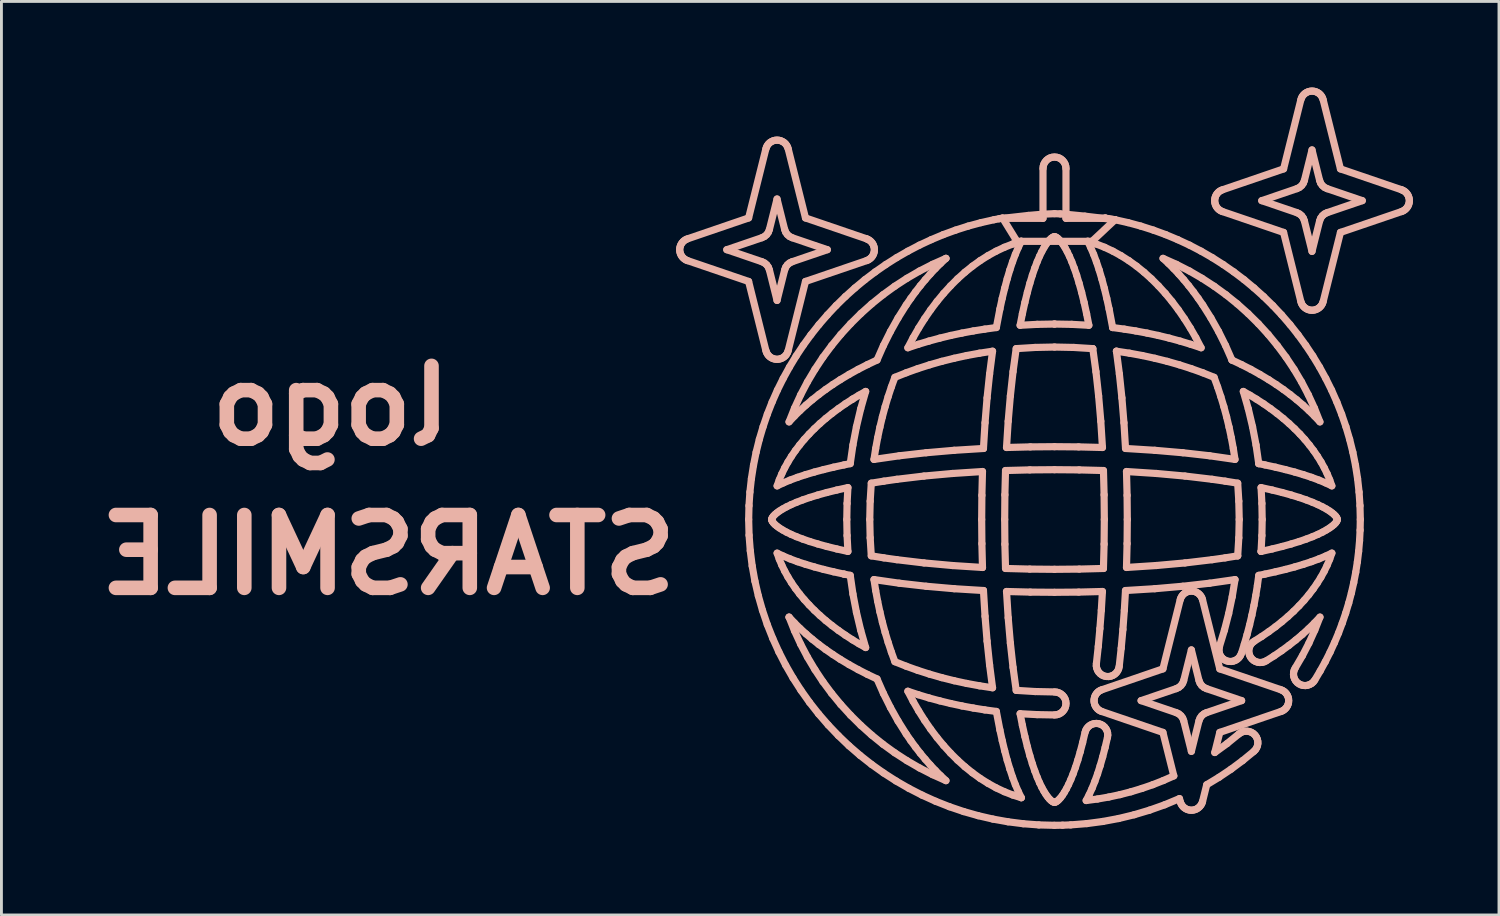
<source format=kicad_pcb>
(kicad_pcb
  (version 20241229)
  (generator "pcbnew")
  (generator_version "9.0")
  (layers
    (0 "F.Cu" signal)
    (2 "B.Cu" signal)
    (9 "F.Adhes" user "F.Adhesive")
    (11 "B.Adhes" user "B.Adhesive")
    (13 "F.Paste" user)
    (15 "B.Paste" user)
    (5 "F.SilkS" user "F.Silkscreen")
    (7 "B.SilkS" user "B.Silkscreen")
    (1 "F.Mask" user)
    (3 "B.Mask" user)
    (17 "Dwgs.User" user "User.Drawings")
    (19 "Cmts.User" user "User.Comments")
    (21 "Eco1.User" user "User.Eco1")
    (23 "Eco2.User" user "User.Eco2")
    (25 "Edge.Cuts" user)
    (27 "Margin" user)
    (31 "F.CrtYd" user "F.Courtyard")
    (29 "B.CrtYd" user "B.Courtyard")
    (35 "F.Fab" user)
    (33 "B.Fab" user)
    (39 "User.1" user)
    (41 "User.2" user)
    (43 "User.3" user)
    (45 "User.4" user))
  (footprint "logo"
    (layer "F.Cu")
    (at 17.487 15.697)
    (property "Reference" "logo" (at -9 -4.6 0) (layer "B.SilkS") (effects (font (size 2.54 2.54) (thickness 0.508)) (justify mirror)))
    (attr through_hole)
    (fp_line (start 3.161 -10.041) (end 3.166 -9.978) (stroke (width 0.25) (type solid)) (layer "B.SilkS"))
    (fp_line (start 3.166 -10.103) (end 3.161 -10.041) (stroke (width 0.25) (type solid)) (layer "B.SilkS"))
    (fp_line (start 3.166 -9.978) (end 3.181 -9.918) (stroke (width 0.25) (type solid)) (layer "B.SilkS"))
    (fp_line (start 3.181 -10.164) (end 3.166 -10.103) (stroke (width 0.25) (type solid)) (layer "B.SilkS"))
    (fp_line (start 3.181 -9.918) (end 3.205 -9.861) (stroke (width 0.25) (type solid)) (layer "B.SilkS"))
    (fp_line (start 3.205 -10.221) (end 3.181 -10.164) (stroke (width 0.25) (type solid)) (layer "B.SilkS"))
    (fp_line (start 3.205 -9.861) (end 3.237 -9.808) (stroke (width 0.25) (type solid)) (layer "B.SilkS"))
    (fp_line (start 3.237 -10.273) (end 3.205 -10.221) (stroke (width 0.25) (type solid)) (layer "B.SilkS"))
    (fp_line (start 3.237 -9.808) (end 3.276 -9.761) (stroke (width 0.25) (type solid)) (layer "B.SilkS"))
    (fp_line (start 3.276 -10.321) (end 3.237 -10.273) (stroke (width 0.25) (type solid)) (layer "B.SilkS"))
    (fp_line (start 3.276 -9.761) (end 3.323 -9.72) (stroke (width 0.25) (type solid)) (layer "B.SilkS"))
    (fp_line (start 3.323 -10.361) (end 3.276 -10.321) (stroke (width 0.25) (type solid)) (layer "B.SilkS"))
    (fp_line (start 3.323 -9.72) (end 3.375 -9.686) (stroke (width 0.25) (type solid)) (layer "B.SilkS"))
    (fp_line (start 3.375 -10.395) (end 3.323 -10.361) (stroke (width 0.25) (type solid)) (layer "B.SilkS"))
    (fp_line (start 3.375 -9.686) (end 3.433 -9.661) (stroke (width 0.25) (type solid)) (layer "B.SilkS"))
    (fp_line (start 3.433 -10.42) (end 3.375 -10.395) (stroke (width 0.25) (type solid)) (layer "B.SilkS"))
    (fp_line (start 3.433 -9.661) (end 5.564 -8.934) (stroke (width 0.25) (type solid)) (layer "B.SilkS"))
    (fp_line (start 4.803 -10.041) (end 6.029 -10.459) (stroke (width 0.25) (type solid)) (layer "B.SilkS"))
    (fp_line (start 5.564 -11.148) (end 3.433 -10.42) (stroke (width 0.25) (type solid)) (layer "B.SilkS"))
    (fp_line (start 5.564 -8.934) (end 6.166 -6.523) (stroke (width 0.25) (type solid)) (layer "B.SilkS"))
    (fp_line (start 5.566 -0.634) (end 5.58 -0.086) (stroke (width 0.25) (type solid)) (layer "B.SilkS"))
    (fp_line (start 5.577 -1.115) (end 5.566 -0.634) (stroke (width 0.25) (type solid)) (layer "B.SilkS"))
    (fp_line (start 5.58 -0.086) (end 5.622 0.454) (stroke (width 0.25) (type solid)) (layer "B.SilkS"))
    (fp_line (start 5.609 -1.591) (end 5.577 -1.115) (stroke (width 0.25) (type solid)) (layer "B.SilkS"))
    (fp_line (start 5.622 0.454) (end 5.689 0.987) (stroke (width 0.25) (type solid)) (layer "B.SilkS"))
    (fp_line (start 5.661 -2.06) (end 5.609 -1.591) (stroke (width 0.25) (type solid)) (layer "B.SilkS"))
    (fp_line (start 5.689 0.987) (end 5.783 1.512) (stroke (width 0.25) (type solid)) (layer "B.SilkS"))
    (fp_line (start 5.734 -2.524) (end 5.661 -2.06) (stroke (width 0.25) (type solid)) (layer "B.SilkS"))
    (fp_line (start 5.783 1.512) (end 5.903 2.027) (stroke (width 0.25) (type solid)) (layer "B.SilkS"))
    (fp_line (start 5.826 -2.98) (end 5.734 -2.524) (stroke (width 0.25) (type solid)) (layer "B.SilkS"))
    (fp_line (start 5.903 2.027) (end 6.047 2.533) (stroke (width 0.25) (type solid)) (layer "B.SilkS"))
    (fp_line (start 5.938 -3.43) (end 5.826 -2.98) (stroke (width 0.25) (type solid)) (layer "B.SilkS"))
    (fp_line (start 6.029 -10.459) (end 6.119 -10.503) (stroke (width 0.25) (type solid)) (layer "B.SilkS"))
    (fp_line (start 6.029 -9.622) (end 4.803 -10.041) (stroke (width 0.25) (type solid)) (layer "B.SilkS"))
    (fp_line (start 6.047 2.533) (end 6.214 3.028) (stroke (width 0.25) (type solid)) (layer "B.SilkS"))
    (fp_line (start 6.069 -3.871) (end 5.938 -3.43) (stroke (width 0.25) (type solid)) (layer "B.SilkS"))
    (fp_line (start 6.119 -9.578) (end 6.029 -9.622) (stroke (width 0.25) (type solid)) (layer "B.SilkS"))
    (fp_line (start 6.119 -10.503) (end 6.195 -10.567) (stroke (width 0.25) (type solid)) (layer "B.SilkS"))
    (fp_line (start 6.166 -13.558) (end 5.564 -11.148) (stroke (width 0.25) (type solid)) (layer "B.SilkS"))
    (fp_line (start 6.166 -6.523) (end 6.188 -6.459) (stroke (width 0.25) (type solid)) (layer "B.SilkS"))
    (fp_line (start 6.188 -13.623) (end 6.166 -13.558) (stroke (width 0.25) (type solid)) (layer "B.SilkS"))
    (fp_line (start 6.188 -6.459) (end 6.22 -6.4) (stroke (width 0.25) (type solid)) (layer "B.SilkS"))
    (fp_line (start 6.195 -9.514) (end 6.119 -9.578) (stroke (width 0.25) (type solid)) (layer "B.SilkS"))
    (fp_line (start 6.195 -10.567) (end 6.252 -10.648) (stroke (width 0.25) (type solid)) (layer "B.SilkS"))
    (fp_line (start 6.214 3.028) (end 6.406 3.512) (stroke (width 0.25) (type solid)) (layer "B.SilkS"))
    (fp_line (start 6.217 -4.305) (end 6.069 -3.871) (stroke (width 0.25) (type solid)) (layer "B.SilkS"))
    (fp_line (start 6.22 -13.681) (end 6.188 -13.623) (stroke (width 0.25) (type solid)) (layer "B.SilkS"))
    (fp_line (start 6.22 -6.4) (end 6.26 -6.348) (stroke (width 0.25) (type solid)) (layer "B.SilkS"))
    (fp_line (start 6.252 -9.433) (end 6.195 -9.514) (stroke (width 0.25) (type solid)) (layer "B.SilkS"))
    (fp_line (start 6.252 -10.648) (end 6.288 -10.742) (stroke (width 0.25) (type solid)) (layer "B.SilkS"))
    (fp_line (start 6.26 -13.733) (end 6.22 -13.681) (stroke (width 0.25) (type solid)) (layer "B.SilkS"))
    (fp_line (start 6.26 -6.348) (end 6.308 -6.304) (stroke (width 0.25) (type solid)) (layer "B.SilkS"))
    (fp_line (start 6.288 -10.742) (end 6.555 -11.808) (stroke (width 0.25) (type solid)) (layer "B.SilkS"))
    (fp_line (start 6.288 -9.34) (end 6.252 -9.433) (stroke (width 0.25) (type solid)) (layer "B.SilkS"))
    (fp_line (start 6.308 -13.777) (end 6.26 -13.733) (stroke (width 0.25) (type solid)) (layer "B.SilkS"))
    (fp_line (start 6.308 -6.304) (end 6.363 -6.268) (stroke (width 0.25) (type solid)) (layer "B.SilkS"))
    (fp_line (start 6.363 -13.813) (end 6.308 -13.777) (stroke (width 0.25) (type solid)) (layer "B.SilkS"))
    (fp_line (start 6.363 -6.268) (end 6.423 -6.242) (stroke (width 0.25) (type solid)) (layer "B.SilkS"))
    (fp_line (start 6.368 -0.634) (end 6.368 -0.634) (stroke (width 0.25) (type solid)) (layer "B.SilkS"))
    (fp_line (start 6.368 -0.634) (end 6.374 -0.666) (stroke (width 0.25) (type solid)) (layer "B.SilkS"))
    (fp_line (start 6.374 -0.666) (end 6.393 -0.705) (stroke (width 0.25) (type solid)) (layer "B.SilkS"))
    (fp_line (start 6.374 -0.603) (end 6.368 -0.634) (stroke (width 0.25) (type solid)) (layer "B.SilkS"))
    (fp_line (start 6.384 -4.73) (end 6.217 -4.305) (stroke (width 0.25) (type solid)) (layer "B.SilkS"))
    (fp_line (start 6.393 -0.705) (end 6.428 -0.752) (stroke (width 0.25) (type solid)) (layer "B.SilkS"))
    (fp_line (start 6.393 -0.564) (end 6.374 -0.603) (stroke (width 0.25) (type solid)) (layer "B.SilkS"))
    (fp_line (start 6.406 3.512) (end 6.619 3.984) (stroke (width 0.25) (type solid)) (layer "B.SilkS"))
    (fp_line (start 6.423 -13.84) (end 6.363 -13.813) (stroke (width 0.25) (type solid)) (layer "B.SilkS"))
    (fp_line (start 6.423 -6.242) (end 6.487 -6.225) (stroke (width 0.25) (type solid)) (layer "B.SilkS"))
    (fp_line (start 6.428 -0.752) (end 6.478 -0.805) (stroke (width 0.25) (type solid)) (layer "B.SilkS"))
    (fp_line (start 6.428 -0.517) (end 6.393 -0.564) (stroke (width 0.25) (type solid)) (layer "B.SilkS"))
    (fp_line (start 6.478 -0.805) (end 6.548 -0.865) (stroke (width 0.25) (type solid)) (layer "B.SilkS"))
    (fp_line (start 6.478 -0.463) (end 6.428 -0.517) (stroke (width 0.25) (type solid)) (layer "B.SilkS"))
    (fp_line (start 6.487 -13.856) (end 6.423 -13.84) (stroke (width 0.25) (type solid)) (layer "B.SilkS"))
    (fp_line (start 6.487 -6.225) (end 6.555 -6.219) (stroke (width 0.25) (type solid)) (layer "B.SilkS"))
    (fp_line (start 6.548 -0.865) (end 6.637 -0.93) (stroke (width 0.25) (type solid)) (layer "B.SilkS"))
    (fp_line (start 6.548 -0.404) (end 6.478 -0.463) (stroke (width 0.25) (type solid)) (layer "B.SilkS"))
    (fp_line (start 6.555 -13.862) (end 6.487 -13.856) (stroke (width 0.25) (type solid)) (layer "B.SilkS"))
    (fp_line (start 6.555 -11.808) (end 6.822 -10.742) (stroke (width 0.25) (type solid)) (layer "B.SilkS"))
    (fp_line (start 6.555 -8.273) (end 6.288 -9.34) (stroke (width 0.25) (type solid)) (layer "B.SilkS"))
    (fp_line (start 6.555 -6.219) (end 6.623 -6.225) (stroke (width 0.25) (type solid)) (layer "B.SilkS"))
    (fp_line (start 6.558 0.539) (end 6.774 0.641) (stroke (width 0.25) (type solid)) (layer "B.SilkS"))
    (fp_line (start 6.558 -1.807) (end 6.633 -2.018) (stroke (width 0.25) (type solid)) (layer "B.SilkS"))
    (fp_line (start 6.568 -5.146) (end 6.384 -4.73) (stroke (width 0.25) (type solid)) (layer "B.SilkS"))
    (fp_line (start 6.619 3.984) (end 6.855 4.444) (stroke (width 0.25) (type solid)) (layer "B.SilkS"))
    (fp_line (start 6.623 -13.856) (end 6.555 -13.862) (stroke (width 0.25) (type solid)) (layer "B.SilkS"))
    (fp_line (start 6.623 -6.225) (end 6.687 -6.242) (stroke (width 0.25) (type solid)) (layer "B.SilkS"))
    (fp_line (start 6.633 0.749) (end 6.558 0.539) (stroke (width 0.25) (type solid)) (layer "B.SilkS"))
    (fp_line (start 6.633 -2.018) (end 6.721 -2.226) (stroke (width 0.25) (type solid)) (layer "B.SilkS"))
    (fp_line (start 6.637 -0.93) (end 6.749 -1) (stroke (width 0.25) (type solid)) (layer "B.SilkS"))
    (fp_line (start 6.637 -0.339) (end 6.548 -0.404) (stroke (width 0.25) (type solid)) (layer "B.SilkS"))
    (fp_line (start 6.687 -13.84) (end 6.623 -13.856) (stroke (width 0.25) (type solid)) (layer "B.SilkS"))
    (fp_line (start 6.687 -6.242) (end 6.747 -6.268) (stroke (width 0.25) (type solid)) (layer "B.SilkS"))
    (fp_line (start 6.721 0.958) (end 6.633 0.749) (stroke (width 0.25) (type solid)) (layer "B.SilkS"))
    (fp_line (start 6.721 -2.226) (end 6.821 -2.433) (stroke (width 0.25) (type solid)) (layer "B.SilkS"))
    (fp_line (start 6.747 -13.813) (end 6.687 -13.84) (stroke (width 0.25) (type solid)) (layer "B.SilkS"))
    (fp_line (start 6.747 -6.268) (end 6.802 -6.304) (stroke (width 0.25) (type solid)) (layer "B.SilkS"))
    (fp_line (start 6.749 -1) (end 6.884 -1.074) (stroke (width 0.25) (type solid)) (layer "B.SilkS"))
    (fp_line (start 6.749 -0.269) (end 6.637 -0.339) (stroke (width 0.25) (type solid)) (layer "B.SilkS"))
    (fp_line (start 6.77 -5.552) (end 6.568 -5.146) (stroke (width 0.25) (type solid)) (layer "B.SilkS"))
    (fp_line (start 6.774 0.641) (end 7.011 0.74) (stroke (width 0.25) (type solid)) (layer "B.SilkS"))
    (fp_line (start 6.774 -1.91) (end 6.558 -1.807) (stroke (width 0.25) (type solid)) (layer "B.SilkS"))
    (fp_line (start 6.802 -13.777) (end 6.747 -13.813) (stroke (width 0.25) (type solid)) (layer "B.SilkS"))
    (fp_line (start 6.802 -6.304) (end 6.85 -6.348) (stroke (width 0.25) (type solid)) (layer "B.SilkS"))
    (fp_line (start 6.821 1.164) (end 6.721 0.958) (stroke (width 0.25) (type solid)) (layer "B.SilkS"))
    (fp_line (start 6.821 -2.433) (end 6.934 -2.636) (stroke (width 0.25) (type solid)) (layer "B.SilkS"))
    (fp_line (start 6.822 -10.742) (end 6.858 -10.648) (stroke (width 0.25) (type solid)) (layer "B.SilkS"))
    (fp_line (start 6.822 -9.34) (end 6.555 -8.273) (stroke (width 0.25) (type solid)) (layer "B.SilkS"))
    (fp_line (start 6.85 -13.733) (end 6.802 -13.777) (stroke (width 0.25) (type solid)) (layer "B.SilkS"))
    (fp_line (start 6.85 -6.348) (end 6.89 -6.4) (stroke (width 0.25) (type solid)) (layer "B.SilkS"))
    (fp_line (start 6.855 4.444) (end 7.112 4.89) (stroke (width 0.25) (type solid)) (layer "B.SilkS"))
    (fp_line (start 6.858 -10.648) (end 6.916 -10.567) (stroke (width 0.25) (type solid)) (layer "B.SilkS"))
    (fp_line (start 6.858 -9.433) (end 6.822 -9.34) (stroke (width 0.25) (type solid)) (layer "B.SilkS"))
    (fp_line (start 6.884 -1.074) (end 7.044 -1.152) (stroke (width 0.25) (type solid)) (layer "B.SilkS"))
    (fp_line (start 6.884 -0.194) (end 6.749 -0.269) (stroke (width 0.25) (type solid)) (layer "B.SilkS"))
    (fp_line (start 6.89 -13.681) (end 6.85 -13.733) (stroke (width 0.25) (type solid)) (layer "B.SilkS"))
    (fp_line (start 6.89 -6.4) (end 6.922 -6.459) (stroke (width 0.25) (type solid)) (layer "B.SilkS"))
    (fp_line (start 6.916 -10.567) (end 6.991 -10.503) (stroke (width 0.25) (type solid)) (layer "B.SilkS"))
    (fp_line (start 6.916 -9.514) (end 6.858 -9.433) (stroke (width 0.25) (type solid)) (layer "B.SilkS"))
    (fp_line (start 6.922 -13.623) (end 6.89 -13.681) (stroke (width 0.25) (type solid)) (layer "B.SilkS"))
    (fp_line (start 6.922 -6.459) (end 6.944 -6.523) (stroke (width 0.25) (type solid)) (layer "B.SilkS"))
    (fp_line (start 6.934 1.368) (end 6.821 1.164) (stroke (width 0.25) (type solid)) (layer "B.SilkS"))
    (fp_line (start 6.934 -2.636) (end 7.058 -2.838) (stroke (width 0.25) (type solid)) (layer "B.SilkS"))
    (fp_line (start 6.944 -13.558) (end 6.922 -13.623) (stroke (width 0.25) (type solid)) (layer "B.SilkS"))
    (fp_line (start 6.944 -6.523) (end 7.547 -8.934) (stroke (width 0.25) (type solid)) (layer "B.SilkS"))
    (fp_line (start 6.974 2.77) (end 6.974 2.77) (stroke (width 0.25) (type solid)) (layer "B.SilkS"))
    (fp_line (start 6.974 2.77) (end 7.16 2.968) (stroke (width 0.25) (type solid)) (layer "B.SilkS"))
    (fp_line (start 6.974 -4.038) (end 7.164 -4.515) (stroke (width 0.25) (type solid)) (layer "B.SilkS"))
    (fp_line (start 6.988 -5.948) (end 6.77 -5.552) (stroke (width 0.25) (type solid)) (layer "B.SilkS"))
    (fp_line (start 6.991 -10.503) (end 7.081 -10.459) (stroke (width 0.25) (type solid)) (layer "B.SilkS"))
    (fp_line (start 6.991 -9.578) (end 6.916 -9.514) (stroke (width 0.25) (type solid)) (layer "B.SilkS"))
    (fp_line (start 7.011 0.74) (end 7.27 0.837) (stroke (width 0.25) (type solid)) (layer "B.SilkS"))
    (fp_line (start 7.011 -2.009) (end 6.774 -1.91) (stroke (width 0.25) (type solid)) (layer "B.SilkS"))
    (fp_line (start 7.044 -1.152) (end 7.232 -1.233) (stroke (width 0.25) (type solid)) (layer "B.SilkS"))
    (fp_line (start 7.044 -0.116) (end 6.884 -0.194) (stroke (width 0.25) (type solid)) (layer "B.SilkS"))
    (fp_line (start 7.058 1.569) (end 6.934 1.368) (stroke (width 0.25) (type solid)) (layer "B.SilkS"))
    (fp_line (start 7.058 -2.838) (end 7.194 -3.036) (stroke (width 0.25) (type solid)) (layer "B.SilkS"))
    (fp_line (start 7.081 -10.459) (end 8.308 -10.041) (stroke (width 0.25) (type solid)) (layer "B.SilkS"))
    (fp_line (start 7.081 -9.622) (end 6.991 -9.578) (stroke (width 0.25) (type solid)) (layer "B.SilkS"))
    (fp_line (start 7.112 4.89) (end 7.39 5.323) (stroke (width 0.25) (type solid)) (layer "B.SilkS"))
    (fp_line (start 7.16 2.968) (end 7.356 3.163) (stroke (width 0.25) (type solid)) (layer "B.SilkS"))
    (fp_line (start 7.16 -4.237) (end 6.974 -4.038) (stroke (width 0.25) (type solid)) (layer "B.SilkS"))
    (fp_line (start 7.164 3.247) (end 6.974 2.77) (stroke (width 0.25) (type solid)) (layer "B.SilkS"))
    (fp_line (start 7.164 -4.515) (end 7.378 -4.98) (stroke (width 0.25) (type solid)) (layer "B.SilkS"))
    (fp_line (start 7.194 1.767) (end 7.058 1.569) (stroke (width 0.25) (type solid)) (layer "B.SilkS"))
    (fp_line (start 7.194 -3.036) (end 7.342 -3.231) (stroke (width 0.25) (type solid)) (layer "B.SilkS"))
    (fp_line (start 7.221 -6.334) (end 6.988 -5.948) (stroke (width 0.25) (type solid)) (layer "B.SilkS"))
    (fp_line (start 7.232 -1.233) (end 7.449 -1.317) (stroke (width 0.25) (type solid)) (layer "B.SilkS"))
    (fp_line (start 7.232 -0.035) (end 7.044 -0.116) (stroke (width 0.25) (type solid)) (layer "B.SilkS"))
    (fp_line (start 7.27 -2.105) (end 7.011 -2.009) (stroke (width 0.25) (type solid)) (layer "B.SilkS"))
    (fp_line (start 7.27 0.837) (end 7.551 0.929) (stroke (width 0.25) (type solid)) (layer "B.SilkS"))
    (fp_line (start 7.342 1.963) (end 7.194 1.767) (stroke (width 0.25) (type solid)) (layer "B.SilkS"))
    (fp_line (start 7.342 -3.231) (end 7.501 -3.424) (stroke (width 0.25) (type solid)) (layer "B.SilkS"))
    (fp_line (start 7.356 3.163) (end 7.564 3.353) (stroke (width 0.25) (type solid)) (layer "B.SilkS"))
    (fp_line (start 7.356 -4.431) (end 7.16 -4.237) (stroke (width 0.25) (type solid)) (layer "B.SilkS"))
    (fp_line (start 7.378 3.711) (end 7.164 3.247) (stroke (width 0.25) (type solid)) (layer "B.SilkS"))
    (fp_line (start 7.378 -4.98) (end 7.615 -5.431) (stroke (width 0.25) (type solid)) (layer "B.SilkS"))
    (fp_line (start 7.39 5.323) (end 7.687 5.741) (stroke (width 0.25) (type solid)) (layer "B.SilkS"))
    (fp_line (start 7.449 -1.317) (end 7.696 -1.402) (stroke (width 0.25) (type solid)) (layer "B.SilkS"))
    (fp_line (start 7.449 0.048) (end 7.232 -0.035) (stroke (width 0.25) (type solid)) (layer "B.SilkS"))
    (fp_line (start 7.471 -6.71) (end 7.221 -6.334) (stroke (width 0.25) (type solid)) (layer "B.SilkS"))
    (fp_line (start 7.501 2.155) (end 7.342 1.963) (stroke (width 0.25) (type solid)) (layer "B.SilkS"))
    (fp_line (start 7.501 -3.424) (end 7.673 -3.613) (stroke (width 0.25) (type solid)) (layer "B.SilkS"))
    (fp_line (start 7.547 -11.148) (end 6.944 -13.558) (stroke (width 0.25) (type solid)) (layer "B.SilkS"))
    (fp_line (start 7.547 -8.934) (end 9.678 -9.661) (stroke (width 0.25) (type solid)) (layer "B.SilkS"))
    (fp_line (start 7.551 -2.198) (end 7.27 -2.105) (stroke (width 0.25) (type solid)) (layer "B.SilkS"))
    (fp_line (start 7.551 0.929) (end 7.853 1.019) (stroke (width 0.25) (type solid)) (layer "B.SilkS"))
    (fp_line (start 7.564 3.353) (end 7.782 3.54) (stroke (width 0.25) (type solid)) (layer "B.SilkS"))
    (fp_line (start 7.564 -4.622) (end 7.356 -4.431) (stroke (width 0.25) (type solid)) (layer "B.SilkS"))
    (fp_line (start 7.615 4.162) (end 7.378 3.711) (stroke (width 0.25) (type solid)) (layer "B.SilkS"))
    (fp_line (start 7.615 -5.431) (end 7.875 -5.868) (stroke (width 0.25) (type solid)) (layer "B.SilkS"))
    (fp_line (start 7.673 2.344) (end 7.501 2.155) (stroke (width 0.25) (type solid)) (layer "B.SilkS"))
    (fp_line (start 7.673 -3.613) (end 7.855 -3.798) (stroke (width 0.25) (type solid)) (layer "B.SilkS"))
    (fp_line (start 7.687 5.741) (end 8.004 6.144) (stroke (width 0.25) (type solid)) (layer "B.SilkS"))
    (fp_line (start 7.696 -1.402) (end 7.975 -1.488) (stroke (width 0.25) (type solid)) (layer "B.SilkS"))
    (fp_line (start 7.696 0.133) (end 7.449 0.048) (stroke (width 0.25) (type solid)) (layer "B.SilkS"))
    (fp_line (start 7.736 -7.074) (end 7.471 -6.71) (stroke (width 0.25) (type solid)) (layer "B.SilkS"))
    (fp_line (start 7.782 3.54) (end 8.011 3.722) (stroke (width 0.25) (type solid)) (layer "B.SilkS"))
    (fp_line (start 7.782 -4.808) (end 7.564 -4.622) (stroke (width 0.25) (type solid)) (layer "B.SilkS"))
    (fp_line (start 7.853 -2.288) (end 7.551 -2.198) (stroke (width 0.25) (type solid)) (layer "B.SilkS"))
    (fp_line (start 7.853 1.019) (end 8.177 1.106) (stroke (width 0.25) (type solid)) (layer "B.SilkS"))
    (fp_line (start 7.855 2.53) (end 7.673 2.344) (stroke (width 0.25) (type solid)) (layer "B.SilkS"))
    (fp_line (start 7.855 -3.798) (end 8.049 -3.98) (stroke (width 0.25) (type solid)) (layer "B.SilkS"))
    (fp_line (start 7.875 4.599) (end 7.615 4.162) (stroke (width 0.25) (type solid)) (layer "B.SilkS"))
    (fp_line (start 7.875 -5.868) (end 8.155 -6.29) (stroke (width 0.25) (type solid)) (layer "B.SilkS"))
    (fp_line (start 7.975 -1.488) (end 8.289 -1.575) (stroke (width 0.25) (type solid)) (layer "B.SilkS"))
    (fp_line (start 7.975 0.219) (end 7.696 0.133) (stroke (width 0.25) (type solid)) (layer "B.SilkS"))
    (fp_line (start 8.004 6.144) (end 8.34 6.531) (stroke (width 0.25) (type solid)) (layer "B.SilkS"))
    (fp_line (start 8.011 3.722) (end 8.25 3.899) (stroke (width 0.25) (type solid)) (layer "B.SilkS"))
    (fp_line (start 8.011 -4.99) (end 7.782 -4.808) (stroke (width 0.25) (type solid)) (layer "B.SilkS"))
    (fp_line (start 8.015 -7.426) (end 7.736 -7.074) (stroke (width 0.25) (type solid)) (layer "B.SilkS"))
    (fp_line (start 8.049 2.711) (end 7.855 2.53) (stroke (width 0.25) (type solid)) (layer "B.SilkS"))
    (fp_line (start 8.049 -3.98) (end 8.254 -4.158) (stroke (width 0.25) (type solid)) (layer "B.SilkS"))
    (fp_line (start 8.155 5.021) (end 7.875 4.599) (stroke (width 0.25) (type solid)) (layer "B.SilkS"))
    (fp_line (start 8.155 -6.29) (end 8.457 -6.696) (stroke (width 0.25) (type solid)) (layer "B.SilkS"))
    (fp_line (start 8.177 -2.374) (end 7.853 -2.288) (stroke (width 0.25) (type solid)) (layer "B.SilkS"))
    (fp_line (start 8.177 1.106) (end 8.523 1.189) (stroke (width 0.25) (type solid)) (layer "B.SilkS"))
    (fp_line (start 8.25 3.899) (end 8.5 4.072) (stroke (width 0.25) (type solid)) (layer "B.SilkS"))
    (fp_line (start 8.25 -5.168) (end 8.011 -4.99) (stroke (width 0.25) (type solid)) (layer "B.SilkS"))
    (fp_line (start 8.254 2.89) (end 8.049 2.711) (stroke (width 0.25) (type solid)) (layer "B.SilkS"))
    (fp_line (start 8.254 -4.158) (end 8.471 -4.332) (stroke (width 0.25) (type solid)) (layer "B.SilkS"))
    (fp_line (start 8.289 -1.575) (end 8.639 -1.662) (stroke (width 0.25) (type solid)) (layer "B.SilkS"))
    (fp_line (start 8.289 0.306) (end 7.975 0.219) (stroke (width 0.25) (type solid)) (layer "B.SilkS"))
    (fp_line (start 8.308 -10.041) (end 7.081 -9.622) (stroke (width 0.25) (type solid)) (layer "B.SilkS"))
    (fp_line (start 8.309 -7.765) (end 8.015 -7.426) (stroke (width 0.25) (type solid)) (layer "B.SilkS"))
    (fp_line (start 8.34 6.531) (end 8.693 6.901) (stroke (width 0.25) (type solid)) (layer "B.SilkS"))
    (fp_line (start 8.457 5.428) (end 8.155 5.021) (stroke (width 0.25) (type solid)) (layer "B.SilkS"))
    (fp_line (start 8.457 -6.696) (end 8.778 -7.087) (stroke (width 0.25) (type solid)) (layer "B.SilkS"))
    (fp_line (start 8.471 3.064) (end 8.254 2.89) (stroke (width 0.25) (type solid)) (layer "B.SilkS"))
    (fp_line (start 8.471 -4.332) (end 8.698 -4.502) (stroke (width 0.25) (type solid)) (layer "B.SilkS"))
    (fp_line (start 8.5 4.072) (end 8.76 4.241) (stroke (width 0.25) (type solid)) (layer "B.SilkS"))
    (fp_line (start 8.5 -5.341) (end 8.25 -5.168) (stroke (width 0.25) (type solid)) (layer "B.SilkS"))
    (fp_line (start 8.523 -2.458) (end 8.177 -2.374) (stroke (width 0.25) (type solid)) (layer "B.SilkS"))
    (fp_line (start 8.523 1.189) (end 8.891 1.27) (stroke (width 0.25) (type solid)) (layer "B.SilkS"))
    (fp_line (start 8.616 -8.093) (end 8.309 -7.765) (stroke (width 0.25) (type solid)) (layer "B.SilkS"))
    (fp_line (start 8.639 -1.662) (end 9.026 -1.747) (stroke (width 0.25) (type solid)) (layer "B.SilkS"))
    (fp_line (start 8.639 0.393) (end 8.289 0.306) (stroke (width 0.25) (type solid)) (layer "B.SilkS"))
    (fp_line (start 8.693 6.901) (end 9.063 7.255) (stroke (width 0.25) (type solid)) (layer "B.SilkS"))
    (fp_line (start 8.698 -4.502) (end 8.936 -4.668) (stroke (width 0.25) (type solid)) (layer "B.SilkS"))
    (fp_line (start 8.698 3.234) (end 8.471 3.064) (stroke (width 0.25) (type solid)) (layer "B.SilkS"))
    (fp_line (start 8.76 4.241) (end 9.067 4.425) (stroke (width 0.25) (type solid)) (layer "B.SilkS"))
    (fp_line (start 8.76 -5.509) (end 8.5 -5.341) (stroke (width 0.25) (type solid)) (layer "B.SilkS"))
    (fp_line (start 8.778 5.818) (end 8.457 5.428) (stroke (width 0.25) (type solid)) (layer "B.SilkS"))
    (fp_line (start 8.778 -7.087) (end 9.119 -7.46) (stroke (width 0.25) (type solid)) (layer "B.SilkS"))
    (fp_line (start 8.891 -2.538) (end 8.523 -2.458) (stroke (width 0.25) (type solid)) (layer "B.SilkS"))
    (fp_line (start 8.891 1.27) (end 8.891 1.27) (stroke (width 0.25) (type solid)) (layer "B.SilkS"))
    (fp_line (start 8.891 1.27) (end 9.107 1.313) (stroke (width 0.25) (type solid)) (layer "B.SilkS"))
    (fp_line (start 8.936 3.399) (end 8.698 3.234) (stroke (width 0.25) (type solid)) (layer "B.SilkS"))
    (fp_line (start 8.936 -4.668) (end 9.185 -4.829) (stroke (width 0.25) (type solid)) (layer "B.SilkS"))
    (fp_line (start 8.937 -8.407) (end 8.616 -8.093) (stroke (width 0.25) (type solid)) (layer "B.SilkS"))
    (fp_line (start 8.987 -0.634) (end 8.997 -0.075) (stroke (width 0.25) (type solid)) (layer "B.SilkS"))
    (fp_line (start 8.997 -1.193) (end 8.987 -0.634) (stroke (width 0.25) (type solid)) (layer "B.SilkS"))
    (fp_line (start 8.997 -0.075) (end 9.026 0.479) (stroke (width 0.25) (type solid)) (layer "B.SilkS"))
    (fp_line (start 9.026 -1.747) (end 8.997 -1.193) (stroke (width 0.25) (type solid)) (layer "B.SilkS"))
    (fp_line (start 9.026 0.479) (end 8.639 0.393) (stroke (width 0.25) (type solid)) (layer "B.SilkS"))
    (fp_line (start 9.063 7.255) (end 9.45 7.59) (stroke (width 0.25) (type solid)) (layer "B.SilkS"))
    (fp_line (start 9.067 4.425) (end 9.383 4.6) (stroke (width 0.25) (type solid)) (layer "B.SilkS"))
    (fp_line (start 9.067 -5.693) (end 8.76 -5.509) (stroke (width 0.25) (type solid)) (layer "B.SilkS"))
    (fp_line (start 9.107 -2.582) (end 8.891 -2.538) (stroke (width 0.25) (type solid)) (layer "B.SilkS"))
    (fp_line (start 9.107 1.313) (end 9.201 1.963) (stroke (width 0.25) (type solid)) (layer "B.SilkS"))
    (fp_line (start 9.119 6.191) (end 8.778 5.818) (stroke (width 0.25) (type solid)) (layer "B.SilkS"))
    (fp_line (start 9.119 -7.46) (end 9.478 -7.815) (stroke (width 0.25) (type solid)) (layer "B.SilkS"))
    (fp_line (start 9.185 -4.829) (end 9.185 -4.829) (stroke (width 0.25) (type solid)) (layer "B.SilkS"))
    (fp_line (start 9.185 -4.829) (end 9.412 -4.967) (stroke (width 0.25) (type solid)) (layer "B.SilkS"))
    (fp_line (start 9.185 3.561) (end 8.936 3.399) (stroke (width 0.25) (type solid)) (layer "B.SilkS"))
    (fp_line (start 9.201 -3.231) (end 9.107 -2.582) (stroke (width 0.25) (type solid)) (layer "B.SilkS"))
    (fp_line (start 9.201 1.963) (end 9.323 2.599) (stroke (width 0.25) (type solid)) (layer "B.SilkS"))
    (fp_line (start 9.271 -8.707) (end 8.937 -8.407) (stroke (width 0.25) (type solid)) (layer "B.SilkS"))
    (fp_line (start 9.323 -3.868) (end 9.201 -3.231) (stroke (width 0.25) (type solid)) (layer "B.SilkS"))
    (fp_line (start 9.323 2.599) (end 9.471 3.223) (stroke (width 0.25) (type solid)) (layer "B.SilkS"))
    (fp_line (start 9.383 4.6) (end 9.708 4.767) (stroke (width 0.25) (type solid)) (layer "B.SilkS"))
    (fp_line (start 9.383 -5.869) (end 9.067 -5.693) (stroke (width 0.25) (type solid)) (layer "B.SilkS"))
    (fp_line (start 9.412 3.698) (end 9.185 3.561) (stroke (width 0.25) (type solid)) (layer "B.SilkS"))
    (fp_line (start 9.412 -4.967) (end 9.645 -5.099) (stroke (width 0.25) (type solid)) (layer "B.SilkS"))
    (fp_line (start 9.45 7.59) (end 9.853 7.907) (stroke (width 0.25) (type solid)) (layer "B.SilkS"))
    (fp_line (start 9.471 -4.491) (end 9.323 -3.868) (stroke (width 0.25) (type solid)) (layer "B.SilkS"))
    (fp_line (start 9.471 3.223) (end 9.645 3.83) (stroke (width 0.25) (type solid)) (layer "B.SilkS"))
    (fp_line (start 9.478 6.546) (end 9.119 6.191) (stroke (width 0.25) (type solid)) (layer "B.SilkS"))
    (fp_line (start 9.478 -7.815) (end 9.855 -8.152) (stroke (width 0.25) (type solid)) (layer "B.SilkS"))
    (fp_line (start 9.617 -8.994) (end 9.271 -8.707) (stroke (width 0.25) (type solid)) (layer "B.SilkS"))
    (fp_line (start 9.645 -5.099) (end 9.471 -4.491) (stroke (width 0.25) (type solid)) (layer "B.SilkS"))
    (fp_line (start 9.645 3.83) (end 9.412 3.698) (stroke (width 0.25) (type solid)) (layer "B.SilkS"))
    (fp_line (start 9.678 -10.42) (end 7.547 -11.148) (stroke (width 0.25) (type solid)) (layer "B.SilkS"))
    (fp_line (start 9.678 -10.42) (end 9.678 -10.42) (stroke (width 0.25) (type solid)) (layer "B.SilkS"))
    (fp_line (start 9.678 -9.661) (end 9.736 -9.686) (stroke (width 0.25) (type solid)) (layer "B.SilkS"))
    (fp_line (start 9.708 4.767) (end 10.041 4.925) (stroke (width 0.25) (type solid)) (layer "B.SilkS"))
    (fp_line (start 9.708 -6.035) (end 9.383 -5.869) (stroke (width 0.25) (type solid)) (layer "B.SilkS"))
    (fp_line (start 9.736 -10.395) (end 9.678 -10.42) (stroke (width 0.25) (type solid)) (layer "B.SilkS"))
    (fp_line (start 9.736 -9.686) (end 9.788 -9.72) (stroke (width 0.25) (type solid)) (layer "B.SilkS"))
    (fp_line (start 9.788 -10.361) (end 9.736 -10.395) (stroke (width 0.25) (type solid)) (layer "B.SilkS"))
    (fp_line (start 9.788 -9.72) (end 9.835 -9.76) (stroke (width 0.25) (type solid)) (layer "B.SilkS"))
    (fp_line (start 9.788 -0.634) (end 9.802 -1.273) (stroke (width 0.25) (type solid)) (layer "B.SilkS"))
    (fp_line (start 9.802 -1.273) (end 9.841 -1.901) (stroke (width 0.25) (type solid)) (layer "B.SilkS"))
    (fp_line (start 9.802 0.005) (end 9.788 -0.634) (stroke (width 0.25) (type solid)) (layer "B.SilkS"))
    (fp_line (start 9.835 -10.321) (end 9.788 -10.361) (stroke (width 0.25) (type solid)) (layer "B.SilkS"))
    (fp_line (start 9.835 -9.76) (end 9.874 -9.807) (stroke (width 0.25) (type solid)) (layer "B.SilkS"))
    (fp_line (start 9.841 -1.901) (end 10.278 -1.971) (stroke (width 0.25) (type solid)) (layer "B.SilkS"))
    (fp_line (start 9.841 0.633) (end 9.802 0.005) (stroke (width 0.25) (type solid)) (layer "B.SilkS"))
    (fp_line (start 9.853 7.907) (end 10.271 8.204) (stroke (width 0.25) (type solid)) (layer "B.SilkS"))
    (fp_line (start 9.855 6.883) (end 9.478 6.546) (stroke (width 0.25) (type solid)) (layer "B.SilkS"))
    (fp_line (start 9.855 -8.152) (end 10.249 -8.469) (stroke (width 0.25) (type solid)) (layer "B.SilkS"))
    (fp_line (start 9.874 -10.274) (end 9.835 -10.321) (stroke (width 0.25) (type solid)) (layer "B.SilkS"))
    (fp_line (start 9.874 -9.807) (end 9.906 -9.86) (stroke (width 0.25) (type solid)) (layer "B.SilkS"))
    (fp_line (start 9.906 -10.221) (end 9.874 -10.274) (stroke (width 0.25) (type solid)) (layer "B.SilkS"))
    (fp_line (start 9.906 -9.86) (end 9.929 -9.917) (stroke (width 0.25) (type solid)) (layer "B.SilkS"))
    (fp_line (start 9.929 -10.164) (end 9.906 -10.221) (stroke (width 0.25) (type solid)) (layer "B.SilkS"))
    (fp_line (start 9.929 -9.917) (end 9.944 -9.977) (stroke (width 0.25) (type solid)) (layer "B.SilkS"))
    (fp_line (start 9.935 1.46) (end 10.818 1.587) (stroke (width 0.25) (type solid)) (layer "B.SilkS"))
    (fp_line (start 9.935 -2.729) (end 9.994 -3.109) (stroke (width 0.25) (type solid)) (layer "B.SilkS"))
    (fp_line (start 9.944 -10.104) (end 9.929 -10.164) (stroke (width 0.25) (type solid)) (layer "B.SilkS"))
    (fp_line (start 9.944 -9.977) (end 9.949 -10.041) (stroke (width 0.25) (type solid)) (layer "B.SilkS"))
    (fp_line (start 9.949 -10.041) (end 9.944 -10.104) (stroke (width 0.25) (type solid)) (layer "B.SilkS"))
    (fp_line (start 9.976 -9.265) (end 9.617 -8.994) (stroke (width 0.25) (type solid)) (layer "B.SilkS"))
    (fp_line (start 9.994 1.841) (end 9.935 1.46) (stroke (width 0.25) (type solid)) (layer "B.SilkS"))
    (fp_line (start 9.994 -3.109) (end 10.063 -3.484) (stroke (width 0.25) (type solid)) (layer "B.SilkS"))
    (fp_line (start 10.041 4.925) (end 10.265 5.432) (stroke (width 0.25) (type solid)) (layer "B.SilkS"))
    (fp_line (start 10.041 -6.193) (end 9.708 -6.035) (stroke (width 0.25) (type solid)) (layer "B.SilkS"))
    (fp_line (start 10.063 2.215) (end 9.994 1.841) (stroke (width 0.25) (type solid)) (layer "B.SilkS"))
    (fp_line (start 10.063 -3.484) (end 10.141 -3.852) (stroke (width 0.25) (type solid)) (layer "B.SilkS"))
    (fp_line (start 10.141 2.584) (end 10.063 2.215) (stroke (width 0.25) (type solid)) (layer "B.SilkS"))
    (fp_line (start 10.141 -3.852) (end 10.228 -4.214) (stroke (width 0.25) (type solid)) (layer "B.SilkS"))
    (fp_line (start 10.228 2.946) (end 10.141 2.584) (stroke (width 0.25) (type solid)) (layer "B.SilkS"))
    (fp_line (start 10.228 -4.214) (end 10.324 -4.57) (stroke (width 0.25) (type solid)) (layer "B.SilkS"))
    (fp_line (start 10.248 7.201) (end 9.855 6.883) (stroke (width 0.25) (type solid)) (layer "B.SilkS"))
    (fp_line (start 10.249 -8.469) (end 10.658 -8.766) (stroke (width 0.25) (type solid)) (layer "B.SilkS"))
    (fp_line (start 10.265 5.432) (end 10.51 5.922) (stroke (width 0.25) (type solid)) (layer "B.SilkS"))
    (fp_line (start 10.265 -6.701) (end 10.041 -6.193) (stroke (width 0.25) (type solid)) (layer "B.SilkS"))
    (fp_line (start 10.271 8.204) (end 10.704 8.482) (stroke (width 0.25) (type solid)) (layer "B.SilkS"))
    (fp_line (start 10.278 -1.971) (end 10.731 -2.036) (stroke (width 0.25) (type solid)) (layer "B.SilkS"))
    (fp_line (start 10.278 0.703) (end 9.841 0.633) (stroke (width 0.25) (type solid)) (layer "B.SilkS"))
    (fp_line (start 10.324 3.301) (end 10.228 2.946) (stroke (width 0.25) (type solid)) (layer "B.SilkS"))
    (fp_line (start 10.324 -4.57) (end 10.429 -4.918) (stroke (width 0.25) (type solid)) (layer "B.SilkS"))
    (fp_line (start 10.345 -9.522) (end 9.976 -9.265) (stroke (width 0.25) (type solid)) (layer "B.SilkS"))
    (fp_line (start 10.429 3.649) (end 10.324 3.301) (stroke (width 0.25) (type solid)) (layer "B.SilkS"))
    (fp_line (start 10.429 -4.918) (end 10.542 -5.258) (stroke (width 0.25) (type solid)) (layer "B.SilkS"))
    (fp_line (start 10.51 5.922) (end 10.774 6.393) (stroke (width 0.25) (type solid)) (layer "B.SilkS"))
    (fp_line (start 10.51 -7.19) (end 10.265 -6.701) (stroke (width 0.25) (type solid)) (layer "B.SilkS"))
    (fp_line (start 10.542 3.99) (end 10.429 3.649) (stroke (width 0.25) (type solid)) (layer "B.SilkS"))
    (fp_line (start 10.542 -5.258) (end 10.663 -5.591) (stroke (width 0.25) (type solid)) (layer "B.SilkS"))
    (fp_line (start 10.658 7.498) (end 10.248 7.201) (stroke (width 0.25) (type solid)) (layer "B.SilkS"))
    (fp_line (start 10.658 -8.766) (end 11.084 -9.043) (stroke (width 0.25) (type solid)) (layer "B.SilkS"))
    (fp_line (start 10.663 4.323) (end 10.542 3.99) (stroke (width 0.25) (type solid)) (layer "B.SilkS"))
    (fp_line (start 10.663 -5.591) (end 11.057 -5.749) (stroke (width 0.25) (type solid)) (layer "B.SilkS"))
    (fp_line (start 10.704 8.482) (end 11.15 8.739) (stroke (width 0.25) (type solid)) (layer "B.SilkS"))
    (fp_line (start 10.726 -9.764) (end 10.345 -9.522) (stroke (width 0.25) (type solid)) (layer "B.SilkS"))
    (fp_line (start 10.731 -2.036) (end 11.678 -2.149) (stroke (width 0.25) (type solid)) (layer "B.SilkS"))
    (fp_line (start 10.731 0.767) (end 10.278 0.703) (stroke (width 0.25) (type solid)) (layer "B.SilkS"))
    (fp_line (start 10.774 6.393) (end 11.058 6.844) (stroke (width 0.25) (type solid)) (layer "B.SilkS"))
    (fp_line (start 10.774 -7.661) (end 10.51 -7.19) (stroke (width 0.25) (type solid)) (layer "B.SilkS"))
    (fp_line (start 10.818 1.587) (end 11.753 1.693) (stroke (width 0.25) (type solid)) (layer "B.SilkS"))
    (fp_line (start 10.818 -2.856) (end 9.935 -2.729) (stroke (width 0.25) (type solid)) (layer "B.SilkS"))
    (fp_line (start 11.056 4.48) (end 10.663 4.323) (stroke (width 0.25) (type solid)) (layer "B.SilkS"))
    (fp_line (start 11.057 -5.749) (end 11.46 -5.894) (stroke (width 0.25) (type solid)) (layer "B.SilkS"))
    (fp_line (start 11.058 6.844) (end 11.218 7.077) (stroke (width 0.25) (type solid)) (layer "B.SilkS"))
    (fp_line (start 11.058 -8.113) (end 10.774 -7.661) (stroke (width 0.25) (type solid)) (layer "B.SilkS"))
    (fp_line (start 11.084 7.774) (end 10.658 7.498) (stroke (width 0.25) (type solid)) (layer "B.SilkS"))
    (fp_line (start 11.084 -9.043) (end 11.524 -9.298) (stroke (width 0.25) (type solid)) (layer "B.SilkS"))
    (fp_line (start 11.116 -6.622) (end 11.3 -6.973) (stroke (width 0.25) (type solid)) (layer "B.SilkS"))
    (fp_line (start 11.116 5.354) (end 11.48 5.475) (stroke (width 0.25) (type solid)) (layer "B.SilkS"))
    (fp_line (start 11.118 -9.989) (end 10.726 -9.764) (stroke (width 0.25) (type solid)) (layer "B.SilkS"))
    (fp_line (start 11.15 8.739) (end 11.61 8.975) (stroke (width 0.25) (type solid)) (layer "B.SilkS"))
    (fp_line (start 11.218 7.077) (end 11.382 7.301) (stroke (width 0.25) (type solid)) (layer "B.SilkS"))
    (fp_line (start 11.218 -8.345) (end 11.058 -8.113) (stroke (width 0.25) (type solid)) (layer "B.SilkS"))
    (fp_line (start 11.3 -6.973) (end 11.494 -7.311) (stroke (width 0.25) (type solid)) (layer "B.SilkS"))
    (fp_line (start 11.3 5.705) (end 11.116 5.354) (stroke (width 0.25) (type solid)) (layer "B.SilkS"))
    (fp_line (start 11.382 7.301) (end 11.55 7.517) (stroke (width 0.25) (type solid)) (layer "B.SilkS"))
    (fp_line (start 11.382 -8.57) (end 11.218 -8.345) (stroke (width 0.25) (type solid)) (layer "B.SilkS"))
    (fp_line (start 11.46 4.625) (end 11.056 4.48) (stroke (width 0.25) (type solid)) (layer "B.SilkS"))
    (fp_line (start 11.46 -5.894) (end 11.874 -6.027) (stroke (width 0.25) (type solid)) (layer "B.SilkS"))
    (fp_line (start 11.48 -6.743) (end 11.116 -6.622) (stroke (width 0.25) (type solid)) (layer "B.SilkS"))
    (fp_line (start 11.48 5.475) (end 11.851 5.587) (stroke (width 0.25) (type solid)) (layer "B.SilkS"))
    (fp_line (start 11.494 -7.311) (end 11.698 -7.634) (stroke (width 0.25) (type solid)) (layer "B.SilkS"))
    (fp_line (start 11.494 6.042) (end 11.3 5.705) (stroke (width 0.25) (type solid)) (layer "B.SilkS"))
    (fp_line (start 11.519 -10.199) (end 11.118 -9.989) (stroke (width 0.25) (type solid)) (layer "B.SilkS"))
    (fp_line (start 11.524 8.029) (end 11.084 7.774) (stroke (width 0.25) (type solid)) (layer "B.SilkS"))
    (fp_line (start 11.524 -9.298) (end 11.977 -9.53) (stroke (width 0.25) (type solid)) (layer "B.SilkS"))
    (fp_line (start 11.55 7.517) (end 11.722 7.725) (stroke (width 0.25) (type solid)) (layer "B.SilkS"))
    (fp_line (start 11.55 -8.786) (end 11.382 -8.57) (stroke (width 0.25) (type solid)) (layer "B.SilkS"))
    (fp_line (start 11.61 8.975) (end 12.082 9.189) (stroke (width 0.25) (type solid)) (layer "B.SilkS"))
    (fp_line (start 11.678 -2.149) (end 12.676 -2.239) (stroke (width 0.25) (type solid)) (layer "B.SilkS"))
    (fp_line (start 11.678 0.88) (end 10.731 0.767) (stroke (width 0.25) (type solid)) (layer "B.SilkS"))
    (fp_line (start 11.698 -7.634) (end 11.911 -7.944) (stroke (width 0.25) (type solid)) (layer "B.SilkS"))
    (fp_line (start 11.698 6.366) (end 11.494 6.042) (stroke (width 0.25) (type solid)) (layer "B.SilkS"))
    (fp_line (start 11.722 7.725) (end 11.897 7.924) (stroke (width 0.25) (type solid)) (layer "B.SilkS"))
    (fp_line (start 11.722 -8.994) (end 11.55 -8.786) (stroke (width 0.25) (type solid)) (layer "B.SilkS"))
    (fp_line (start 11.753 -2.962) (end 10.818 -2.856) (stroke (width 0.25) (type solid)) (layer "B.SilkS"))
    (fp_line (start 11.753 1.693) (end 12.733 1.779) (stroke (width 0.25) (type solid)) (layer "B.SilkS"))
    (fp_line (start 11.851 -6.855) (end 11.48 -6.743) (stroke (width 0.25) (type solid)) (layer "B.SilkS"))
    (fp_line (start 11.851 5.587) (end 12.229 5.689) (stroke (width 0.25) (type solid)) (layer "B.SilkS"))
    (fp_line (start 11.874 4.758) (end 11.46 4.625) (stroke (width 0.25) (type solid)) (layer "B.SilkS"))
    (fp_line (start 11.874 -6.027) (end 12.297 -6.148) (stroke (width 0.25) (type solid)) (layer "B.SilkS"))
    (fp_line (start 11.897 7.924) (end 12.076 8.115) (stroke (width 0.25) (type solid)) (layer "B.SilkS"))
    (fp_line (start 11.897 -9.193) (end 11.722 -8.994) (stroke (width 0.25) (type solid)) (layer "B.SilkS"))
    (fp_line (start 11.911 -7.944) (end 12.133 -8.238) (stroke (width 0.25) (type solid)) (layer "B.SilkS"))
    (fp_line (start 11.911 6.675) (end 11.698 6.366) (stroke (width 0.25) (type solid)) (layer "B.SilkS"))
    (fp_line (start 11.931 -10.391) (end 11.519 -10.199) (stroke (width 0.25) (type solid)) (layer "B.SilkS"))
    (fp_line (start 11.977 8.261) (end 11.524 8.029) (stroke (width 0.25) (type solid)) (layer "B.SilkS"))
    (fp_line (start 11.977 -9.53) (end 12.444 -9.739) (stroke (width 0.25) (type solid)) (layer "B.SilkS"))
    (fp_line (start 12.076 8.115) (end 12.258 8.297) (stroke (width 0.25) (type solid)) (layer "B.SilkS"))
    (fp_line (start 12.076 -9.384) (end 11.897 -9.193) (stroke (width 0.25) (type solid)) (layer "B.SilkS"))
    (fp_line (start 12.082 9.189) (end 12.566 9.38) (stroke (width 0.25) (type solid)) (layer "B.SilkS"))
    (fp_line (start 12.133 -8.238) (end 12.364 -8.517) (stroke (width 0.25) (type solid)) (layer "B.SilkS"))
    (fp_line (start 12.133 6.969) (end 11.911 6.675) (stroke (width 0.25) (type solid)) (layer "B.SilkS"))
    (fp_line (start 12.229 -6.958) (end 11.851 -6.855) (stroke (width 0.25) (type solid)) (layer "B.SilkS"))
    (fp_line (start 12.229 5.689) (end 12.613 5.782) (stroke (width 0.25) (type solid)) (layer "B.SilkS"))
    (fp_line (start 12.258 8.297) (end 12.444 8.471) (stroke (width 0.25) (type solid)) (layer "B.SilkS"))
    (fp_line (start 12.259 -9.566) (end 12.076 -9.384) (stroke (width 0.25) (type solid)) (layer "B.SilkS"))
    (fp_line (start 12.297 4.879) (end 11.874 4.758) (stroke (width 0.25) (type solid)) (layer "B.SilkS"))
    (fp_line (start 12.297 -6.148) (end 12.728 -6.255) (stroke (width 0.25) (type solid)) (layer "B.SilkS"))
    (fp_line (start 12.351 -10.567) (end 11.931 -10.391) (stroke (width 0.25) (type solid)) (layer "B.SilkS"))
    (fp_line (start 12.364 -8.517) (end 12.603 -8.779) (stroke (width 0.25) (type solid)) (layer "B.SilkS"))
    (fp_line (start 12.364 7.248) (end 12.133 6.969) (stroke (width 0.25) (type solid)) (layer "B.SilkS"))
    (fp_line (start 12.444 8.471) (end 11.977 8.261) (stroke (width 0.25) (type solid)) (layer "B.SilkS"))
    (fp_line (start 12.444 -9.739) (end 12.259 -9.566) (stroke (width 0.25) (type solid)) (layer "B.SilkS"))
    (fp_line (start 12.444 -9.739) (end 12.444 -9.739) (stroke (width 0.25) (type solid)) (layer "B.SilkS"))
    (fp_line (start 12.566 9.38) (end 13.061 9.548) (stroke (width 0.25) (type solid)) (layer "B.SilkS"))
    (fp_line (start 12.603 -8.779) (end 12.85 -9.026) (stroke (width 0.25) (type solid)) (layer "B.SilkS"))
    (fp_line (start 12.603 7.511) (end 12.364 7.248) (stroke (width 0.25) (type solid)) (layer "B.SilkS"))
    (fp_line (start 12.613 -7.051) (end 12.229 -6.958) (stroke (width 0.25) (type solid)) (layer "B.SilkS"))
    (fp_line (start 12.613 5.782) (end 13.002 5.866) (stroke (width 0.25) (type solid)) (layer "B.SilkS"))
    (fp_line (start 12.676 -2.239) (end 13.718 -2.307) (stroke (width 0.25) (type solid)) (layer "B.SilkS"))
    (fp_line (start 12.676 0.971) (end 11.678 0.88) (stroke (width 0.25) (type solid)) (layer "B.SilkS"))
    (fp_line (start 12.728 4.987) (end 12.297 4.879) (stroke (width 0.25) (type solid)) (layer "B.SilkS"))
    (fp_line (start 12.728 -6.255) (end 13.168 -6.351) (stroke (width 0.25) (type solid)) (layer "B.SilkS"))
    (fp_line (start 12.733 -3.047) (end 11.753 -2.962) (stroke (width 0.25) (type solid)) (layer "B.SilkS"))
    (fp_line (start 12.733 1.779) (end 13.752 1.842) (stroke (width 0.25) (type solid)) (layer "B.SilkS"))
    (fp_line (start 12.781 -10.724) (end 12.351 -10.567) (stroke (width 0.25) (type solid)) (layer "B.SilkS"))
    (fp_line (start 12.85 -9.026) (end 13.105 -9.255) (stroke (width 0.25) (type solid)) (layer "B.SilkS"))
    (fp_line (start 12.85 7.757) (end 12.603 7.511) (stroke (width 0.25) (type solid)) (layer "B.SilkS"))
    (fp_line (start 13.002 -7.134) (end 12.613 -7.051) (stroke (width 0.25) (type solid)) (layer "B.SilkS"))
    (fp_line (start 13.002 5.866) (end 13.397 5.939) (stroke (width 0.25) (type solid)) (layer "B.SilkS"))
    (fp_line (start 13.061 9.548) (end 13.567 9.692) (stroke (width 0.25) (type solid)) (layer "B.SilkS"))
    (fp_line (start 13.105 -9.255) (end 13.367 -9.466) (stroke (width 0.25) (type solid)) (layer "B.SilkS"))
    (fp_line (start 13.105 7.986) (end 12.85 7.757) (stroke (width 0.25) (type solid)) (layer "B.SilkS"))
    (fp_line (start 13.168 5.082) (end 12.728 4.987) (stroke (width 0.25) (type solid)) (layer "B.SilkS"))
    (fp_line (start 13.168 -6.351) (end 13.615 -6.433) (stroke (width 0.25) (type solid)) (layer "B.SilkS"))
    (fp_line (start 13.219 -10.864) (end 12.781 -10.724) (stroke (width 0.25) (type solid)) (layer "B.SilkS"))
    (fp_line (start 13.367 -9.466) (end 13.635 -9.659) (stroke (width 0.25) (type solid)) (layer "B.SilkS"))
    (fp_line (start 13.367 8.197) (end 13.105 7.986) (stroke (width 0.25) (type solid)) (layer "B.SilkS"))
    (fp_line (start 13.397 -7.208) (end 13.002 -7.134) (stroke (width 0.25) (type solid)) (layer "B.SilkS"))
    (fp_line (start 13.397 5.939) (end 13.797 6.004) (stroke (width 0.25) (type solid)) (layer "B.SilkS"))
    (fp_line (start 13.567 9.692) (end 14.082 9.811) (stroke (width 0.25) (type solid)) (layer "B.SilkS"))
    (fp_line (start 13.615 5.164) (end 13.168 5.082) (stroke (width 0.25) (type solid)) (layer "B.SilkS"))
    (fp_line (start 13.615 -6.433) (end 14.069 -6.502) (stroke (width 0.25) (type solid)) (layer "B.SilkS"))
    (fp_line (start 13.635 -9.659) (end 13.911 -9.834) (stroke (width 0.25) (type solid)) (layer "B.SilkS"))
    (fp_line (start 13.635 8.391) (end 13.367 8.197) (stroke (width 0.25) (type solid)) (layer "B.SilkS"))
    (fp_line (start 13.664 -10.984) (end 13.219 -10.864) (stroke (width 0.25) (type solid)) (layer "B.SilkS"))
    (fp_line (start 13.69 -0.634) (end 13.697 0.208) (stroke (width 0.25) (type solid)) (layer "B.SilkS"))
    (fp_line (start 13.697 -1.477) (end 13.69 -0.634) (stroke (width 0.25) (type solid)) (layer "B.SilkS"))
    (fp_line (start 13.697 0.208) (end 13.718 1.038) (stroke (width 0.25) (type solid)) (layer "B.SilkS"))
    (fp_line (start 13.718 -2.307) (end 13.697 -1.477) (stroke (width 0.25) (type solid)) (layer "B.SilkS"))
    (fp_line (start 13.718 1.038) (end 12.676 0.971) (stroke (width 0.25) (type solid)) (layer "B.SilkS"))
    (fp_line (start 13.718 1.038) (end 13.718 1.038) (stroke (width 0.25) (type solid)) (layer "B.SilkS"))
    (fp_line (start 13.752 -3.111) (end 12.733 -3.047) (stroke (width 0.25) (type solid)) (layer "B.SilkS"))
    (fp_line (start 13.752 -3.111) (end 13.752 -3.111) (stroke (width 0.25) (type solid)) (layer "B.SilkS"))
    (fp_line (start 13.752 1.842) (end 13.752 1.842) (stroke (width 0.25) (type solid)) (layer "B.SilkS"))
    (fp_line (start 13.752 1.842) (end 13.807 2.738) (stroke (width 0.25) (type solid)) (layer "B.SilkS"))
    (fp_line (start 13.797 -7.272) (end 13.397 -7.208) (stroke (width 0.25) (type solid)) (layer "B.SilkS"))
    (fp_line (start 13.797 6.004) (end 14.201 6.058) (stroke (width 0.25) (type solid)) (layer "B.SilkS"))
    (fp_line (start 13.807 2.738) (end 13.878 3.605) (stroke (width 0.25) (type solid)) (layer "B.SilkS"))
    (fp_line (start 13.807 -4.007) (end 13.752 -3.111) (stroke (width 0.25) (type solid)) (layer "B.SilkS"))
    (fp_line (start 13.878 3.605) (end 13.966 4.438) (stroke (width 0.25) (type solid)) (layer "B.SilkS"))
    (fp_line (start 13.878 -4.873) (end 13.807 -4.007) (stroke (width 0.25) (type solid)) (layer "B.SilkS"))
    (fp_line (start 13.911 -9.834) (end 14.192 -9.989) (stroke (width 0.25) (type solid)) (layer "B.SilkS"))
    (fp_line (start 13.911 8.565) (end 13.635 8.391) (stroke (width 0.25) (type solid)) (layer "B.SilkS"))
    (fp_line (start 13.966 4.438) (end 14.069 5.233) (stroke (width 0.25) (type solid)) (layer "B.SilkS"))
    (fp_line (start 13.966 -5.707) (end 13.878 -4.873) (stroke (width 0.25) (type solid)) (layer "B.SilkS"))
    (fp_line (start 14.069 5.233) (end 13.615 5.164) (stroke (width 0.25) (type solid)) (layer "B.SilkS"))
    (fp_line (start 14.069 -6.502) (end 13.966 -5.707) (stroke (width 0.25) (type solid)) (layer "B.SilkS"))
    (fp_line (start 14.082 9.811) (end 14.607 9.905) (stroke (width 0.25) (type solid)) (layer "B.SilkS"))
    (fp_line (start 14.117 -11.086) (end 13.664 -10.984) (stroke (width 0.25) (type solid)) (layer "B.SilkS"))
    (fp_line (start 14.192 -9.989) (end 14.48 -10.125) (stroke (width 0.25) (type solid)) (layer "B.SilkS"))
    (fp_line (start 14.192 8.721) (end 13.911 8.565) (stroke (width 0.25) (type solid)) (layer "B.SilkS"))
    (fp_line (start 14.201 -7.327) (end 13.797 -7.272) (stroke (width 0.25) (type solid)) (layer "B.SilkS"))
    (fp_line (start 14.201 6.058) (end 14.325 6.703) (stroke (width 0.25) (type solid)) (layer "B.SilkS"))
    (fp_line (start 14.297 -11.12) (end 14.117 -11.086) (stroke (width 0.25) (type solid)) (layer "B.SilkS"))
    (fp_line (start 14.325 -7.972) (end 14.201 -7.327) (stroke (width 0.25) (type solid)) (layer "B.SilkS"))
    (fp_line (start 14.325 6.703) (end 14.407 7.078) (stroke (width 0.25) (type solid)) (layer "B.SilkS"))
    (fp_line (start 14.406 -11.142) (end 14.297 -11.12) (stroke (width 0.25) (type solid)) (layer "B.SilkS"))
    (fp_line (start 14.406 -8.346) (end 14.325 -7.972) (stroke (width 0.25) (type solid)) (layer "B.SilkS"))
    (fp_line (start 14.407 7.078) (end 14.492 7.43) (stroke (width 0.25) (type solid)) (layer "B.SilkS"))
    (fp_line (start 14.421 -11.138) (end 14.406 -11.142) (stroke (width 0.25) (type solid)) (layer "B.SilkS"))
    (fp_line (start 14.425 -11.135) (end 14.919 -10.333) (stroke (width 0.25) (type solid)) (layer "B.SilkS"))
    (fp_line (start 14.48 -10.125) (end 14.773 -10.24) (stroke (width 0.25) (type solid)) (layer "B.SilkS"))
    (fp_line (start 14.48 8.856) (end 14.192 8.721) (stroke (width 0.25) (type solid)) (layer "B.SilkS"))
    (fp_line (start 14.492 -8.698) (end 14.406 -8.346) (stroke (width 0.25) (type solid)) (layer "B.SilkS"))
    (fp_line (start 14.492 -0.634) (end 14.499 -1.495) (stroke (width 0.25) (type solid)) (layer "B.SilkS"))
    (fp_line (start 14.492 7.43) (end 14.58 7.759) (stroke (width 0.25) (type solid)) (layer "B.SilkS"))
    (fp_line (start 14.499 -1.495) (end 14.521 -2.342) (stroke (width 0.25) (type solid)) (layer "B.SilkS"))
    (fp_line (start 14.499 0.227) (end 14.492 -0.634) (stroke (width 0.25) (type solid)) (layer "B.SilkS"))
    (fp_line (start 14.518 -11.134) (end 14.421 -11.138) (stroke (width 0.25) (type solid)) (layer "B.SilkS"))
    (fp_line (start 14.521 -2.342) (end 15.368 -2.364) (stroke (width 0.25) (type solid)) (layer "B.SilkS"))
    (fp_line (start 14.521 1.073) (end 14.499 0.227) (stroke (width 0.25) (type solid)) (layer "B.SilkS"))
    (fp_line (start 14.556 -3.145) (end 14.614 -4.061) (stroke (width 0.25) (type solid)) (layer "B.SilkS"))
    (fp_line (start 14.556 1.876) (end 15.386 1.897) (stroke (width 0.25) (type solid)) (layer "B.SilkS"))
    (fp_line (start 14.58 -9.027) (end 14.492 -8.698) (stroke (width 0.25) (type solid)) (layer "B.SilkS"))
    (fp_line (start 14.58 7.759) (end 14.672 8.065) (stroke (width 0.25) (type solid)) (layer "B.SilkS"))
    (fp_line (start 14.607 9.905) (end 15.14 9.973) (stroke (width 0.25) (type solid)) (layer "B.SilkS"))
    (fp_line (start 14.614 -4.061) (end 14.69 -4.944) (stroke (width 0.25) (type solid)) (layer "B.SilkS"))
    (fp_line (start 14.614 2.792) (end 14.556 1.876) (stroke (width 0.25) (type solid)) (layer "B.SilkS"))
    (fp_line (start 14.671 -9.334) (end 14.58 -9.027) (stroke (width 0.25) (type solid)) (layer "B.SilkS"))
    (fp_line (start 14.672 8.065) (end 14.766 8.349) (stroke (width 0.25) (type solid)) (layer "B.SilkS"))
    (fp_line (start 14.69 -4.944) (end 14.783 -5.789) (stroke (width 0.25) (type solid)) (layer "B.SilkS"))
    (fp_line (start 14.69 3.675) (end 14.614 2.792) (stroke (width 0.25) (type solid)) (layer "B.SilkS"))
    (fp_line (start 14.766 -9.618) (end 14.671 -9.334) (stroke (width 0.25) (type solid)) (layer "B.SilkS"))
    (fp_line (start 14.766 8.349) (end 14.864 8.61) (stroke (width 0.25) (type solid)) (layer "B.SilkS"))
    (fp_line (start 14.773 -10.24) (end 15.071 -10.335) (stroke (width 0.25) (type solid)) (layer "B.SilkS"))
    (fp_line (start 14.773 8.972) (end 14.48 8.856) (stroke (width 0.25) (type solid)) (layer "B.SilkS"))
    (fp_line (start 14.783 -5.789) (end 14.893 -6.592) (stroke (width 0.25) (type solid)) (layer "B.SilkS"))
    (fp_line (start 14.783 4.52) (end 14.69 3.675) (stroke (width 0.25) (type solid)) (layer "B.SilkS"))
    (fp_line (start 14.864 -9.879) (end 14.766 -9.618) (stroke (width 0.25) (type solid)) (layer "B.SilkS"))
    (fp_line (start 14.864 8.61) (end 14.966 8.849) (stroke (width 0.25) (type solid)) (layer "B.SilkS"))
    (fp_line (start 14.893 -6.592) (end 15.556 -6.633) (stroke (width 0.25) (type solid)) (layer "B.SilkS"))
    (fp_line (start 14.893 5.323) (end 14.783 4.52) (stroke (width 0.25) (type solid)) (layer "B.SilkS"))
    (fp_line (start 14.919 -10.333) (end 17.538 -10.333) (stroke (width 0.25) (type solid)) (layer "B.SilkS"))
    (fp_line (start 14.966 -10.118) (end 14.864 -9.879) (stroke (width 0.25) (type solid)) (layer "B.SilkS"))
    (fp_line (start 14.966 8.849) (end 15.071 9.066) (stroke (width 0.25) (type solid)) (layer "B.SilkS"))
    (fp_line (start 15.03 -7.406) (end 15.109 -7.808) (stroke (width 0.25) (type solid)) (layer "B.SilkS"))
    (fp_line (start 15.03 6.137) (end 15.626 6.169) (stroke (width 0.25) (type solid)) (layer "B.SilkS"))
    (fp_line (start 15.071 -10.335) (end 14.966 -10.118) (stroke (width 0.25) (type solid)) (layer "B.SilkS"))
    (fp_line (start 15.071 -10.335) (end 15.071 -10.335) (stroke (width 0.25) (type solid)) (layer "B.SilkS"))
    (fp_line (start 15.071 9.066) (end 14.773 8.972) (stroke (width 0.25) (type solid)) (layer "B.SilkS"))
    (fp_line (start 15.071 9.066) (end 15.071 9.066) (stroke (width 0.25) (type solid)) (layer "B.SilkS"))
    (fp_line (start 15.109 -7.808) (end 15.196 -8.2) (stroke (width 0.25) (type solid)) (layer "B.SilkS"))
    (fp_line (start 15.109 6.54) (end 15.03 6.137) (stroke (width 0.25) (type solid)) (layer "B.SilkS"))
    (fp_line (start 15.14 9.973) (end 15.681 10.014) (stroke (width 0.25) (type solid)) (layer "B.SilkS"))
    (fp_line (start 15.196 -8.2) (end 15.283 -8.553) (stroke (width 0.25) (type solid)) (layer "B.SilkS"))
    (fp_line (start 15.196 6.931) (end 15.109 6.54) (stroke (width 0.25) (type solid)) (layer "B.SilkS"))
    (fp_line (start 15.283 -8.553) (end 15.37 -8.871) (stroke (width 0.25) (type solid)) (layer "B.SilkS"))
    (fp_line (start 15.283 7.285) (end 15.196 6.931) (stroke (width 0.25) (type solid)) (layer "B.SilkS"))
    (fp_line (start 15.322 -11.236) (end 14.425 -11.135) (stroke (width 0.25) (type solid)) (layer "B.SilkS"))
    (fp_line (start 15.368 -2.364) (end 16.229 -2.371) (stroke (width 0.25) (type solid)) (layer "B.SilkS"))
    (fp_line (start 15.368 1.095) (end 14.521 1.073) (stroke (width 0.25) (type solid)) (layer "B.SilkS"))
    (fp_line (start 15.37 -8.871) (end 15.457 -9.153) (stroke (width 0.25) (type solid)) (layer "B.SilkS"))
    (fp_line (start 15.37 7.602) (end 15.283 7.285) (stroke (width 0.25) (type solid)) (layer "B.SilkS"))
    (fp_line (start 15.386 -3.166) (end 14.556 -3.145) (stroke (width 0.25) (type solid)) (layer "B.SilkS"))
    (fp_line (start 15.386 1.897) (end 16.229 1.904) (stroke (width 0.25) (type solid)) (layer "B.SilkS"))
    (fp_line (start 15.457 -9.153) (end 15.542 -9.403) (stroke (width 0.25) (type solid)) (layer "B.SilkS"))
    (fp_line (start 15.457 7.885) (end 15.37 7.602) (stroke (width 0.25) (type solid)) (layer "B.SilkS"))
    (fp_line (start 15.542 -9.403) (end 15.626 -9.622) (stroke (width 0.25) (type solid)) (layer "B.SilkS"))
    (fp_line (start 15.542 8.135) (end 15.457 7.885) (stroke (width 0.25) (type solid)) (layer "B.SilkS"))
    (fp_line (start 15.556 -6.633) (end 16.229 -6.647) (stroke (width 0.25) (type solid)) (layer "B.SilkS"))
    (fp_line (start 15.556 5.364) (end 14.893 5.323) (stroke (width 0.25) (type solid)) (layer "B.SilkS"))
    (fp_line (start 15.626 -9.622) (end 15.707 -9.812) (stroke (width 0.25) (type solid)) (layer "B.SilkS"))
    (fp_line (start 15.626 8.353) (end 15.542 8.135) (stroke (width 0.25) (type solid)) (layer "B.SilkS"))
    (fp_line (start 15.626 -7.438) (end 15.03 -7.406) (stroke (width 0.25) (type solid)) (layer "B.SilkS"))
    (fp_line (start 15.626 6.169) (end 16.229 6.18) (stroke (width 0.25) (type solid)) (layer "B.SilkS"))
    (fp_line (start 15.681 10.014) (end 16.229 10.028) (stroke (width 0.25) (type solid)) (layer "B.SilkS"))
    (fp_line (start 15.707 -9.812) (end 15.786 -9.974) (stroke (width 0.25) (type solid)) (layer "B.SilkS"))
    (fp_line (start 15.707 8.543) (end 15.626 8.353) (stroke (width 0.25) (type solid)) (layer "B.SilkS"))
    (fp_line (start 15.786 -9.974) (end 15.861 -10.11) (stroke (width 0.25) (type solid)) (layer "B.SilkS"))
    (fp_line (start 15.786 8.705) (end 15.707 8.543) (stroke (width 0.25) (type solid)) (layer "B.SilkS"))
    (fp_line (start 15.82 -11.279) (end 15.322 -11.236) (stroke (width 0.25) (type solid)) (layer "B.SilkS"))
    (fp_line (start 15.828 -12.871) (end 15.828 -11.134) (stroke (width 0.25) (type solid)) (layer "B.SilkS"))
    (fp_line (start 15.828 -11.134) (end 14.518 -11.134) (stroke (width 0.25) (type solid)) (layer "B.SilkS"))
    (fp_line (start 15.836 -12.952) (end 15.828 -12.871) (stroke (width 0.25) (type solid)) (layer "B.SilkS"))
    (fp_line (start 15.859 -13.027) (end 15.836 -12.952) (stroke (width 0.25) (type solid)) (layer "B.SilkS"))
    (fp_line (start 15.861 -10.11) (end 15.931 -10.223) (stroke (width 0.25) (type solid)) (layer "B.SilkS"))
    (fp_line (start 15.861 8.842) (end 15.786 8.705) (stroke (width 0.25) (type solid)) (layer "B.SilkS"))
    (fp_line (start 15.896 -13.095) (end 15.859 -13.027) (stroke (width 0.25) (type solid)) (layer "B.SilkS"))
    (fp_line (start 15.931 -10.223) (end 15.997 -10.313) (stroke (width 0.25) (type solid)) (layer "B.SilkS"))
    (fp_line (start 15.931 8.954) (end 15.861 8.842) (stroke (width 0.25) (type solid)) (layer "B.SilkS"))
    (fp_line (start 15.945 -13.155) (end 15.896 -13.095) (stroke (width 0.25) (type solid)) (layer "B.SilkS"))
    (fp_line (start 15.997 -10.313) (end 16.057 -10.383) (stroke (width 0.25) (type solid)) (layer "B.SilkS"))
    (fp_line (start 15.997 9.045) (end 15.931 8.954) (stroke (width 0.25) (type solid)) (layer "B.SilkS"))
    (fp_line (start 16.004 -13.204) (end 15.945 -13.155) (stroke (width 0.25) (type solid)) (layer "B.SilkS"))
    (fp_line (start 16.057 -10.383) (end 16.111 -10.435) (stroke (width 0.25) (type solid)) (layer "B.SilkS"))
    (fp_line (start 16.057 9.115) (end 15.997 9.045) (stroke (width 0.25) (type solid)) (layer "B.SilkS"))
    (fp_line (start 16.072 -13.241) (end 16.004 -13.204) (stroke (width 0.25) (type solid)) (layer "B.SilkS"))
    (fp_line (start 16.111 -10.435) (end 16.158 -10.469) (stroke (width 0.25) (type solid)) (layer "B.SilkS"))
    (fp_line (start 16.111 9.166) (end 16.057 9.115) (stroke (width 0.25) (type solid)) (layer "B.SilkS"))
    (fp_line (start 16.148 -13.264) (end 16.072 -13.241) (stroke (width 0.25) (type solid)) (layer "B.SilkS"))
    (fp_line (start 16.158 -10.469) (end 16.197 -10.489) (stroke (width 0.25) (type solid)) (layer "B.SilkS"))
    (fp_line (start 16.158 9.201) (end 16.111 9.166) (stroke (width 0.25) (type solid)) (layer "B.SilkS"))
    (fp_line (start 16.197 -10.489) (end 16.229 -10.495) (stroke (width 0.25) (type solid)) (layer "B.SilkS"))
    (fp_line (start 16.197 9.22) (end 16.158 9.201) (stroke (width 0.25) (type solid)) (layer "B.SilkS"))
    (fp_line (start 16.229 -13.272) (end 16.148 -13.264) (stroke (width 0.25) (type solid)) (layer "B.SilkS"))
    (fp_line (start 16.229 -11.297) (end 15.82 -11.279) (stroke (width 0.25) (type solid)) (layer "B.SilkS"))
    (fp_line (start 16.229 -10.495) (end 16.26 -10.489) (stroke (width 0.25) (type solid)) (layer "B.SilkS"))
    (fp_line (start 16.229 -7.449) (end 15.626 -7.438) (stroke (width 0.25) (type solid)) (layer "B.SilkS"))
    (fp_line (start 16.229 -7.449) (end 16.229 -7.449) (stroke (width 0.25) (type solid)) (layer "B.SilkS"))
    (fp_line (start 16.229 -6.647) (end 16.901 -6.633) (stroke (width 0.25) (type solid)) (layer "B.SilkS"))
    (fp_line (start 16.229 -3.173) (end 15.386 -3.166) (stroke (width 0.25) (type solid)) (layer "B.SilkS"))
    (fp_line (start 16.229 -2.371) (end 17.09 -2.364) (stroke (width 0.25) (type solid)) (layer "B.SilkS"))
    (fp_line (start 16.229 1.103) (end 15.368 1.095) (stroke (width 0.25) (type solid)) (layer "B.SilkS"))
    (fp_line (start 16.229 10.028) (end 16.512 10.024) (stroke (width 0.25) (type solid)) (layer "B.SilkS"))
    (fp_line (start 16.229 1.904) (end 17.071 1.897) (stroke (width 0.25) (type solid)) (layer "B.SilkS"))
    (fp_line (start 16.229 5.378) (end 15.556 5.364) (stroke (width 0.25) (type solid)) (layer "B.SilkS"))
    (fp_line (start 16.229 6.18) (end 16.309 6.172) (stroke (width 0.25) (type solid)) (layer "B.SilkS"))
    (fp_line (start 16.229 9.226) (end 16.197 9.22) (stroke (width 0.25) (type solid)) (layer "B.SilkS"))
    (fp_line (start 16.258 9.221) (end 16.229 9.226) (stroke (width 0.25) (type solid)) (layer "B.SilkS"))
    (fp_line (start 16.26 -10.489) (end 16.3 -10.469) (stroke (width 0.25) (type solid)) (layer "B.SilkS"))
    (fp_line (start 16.295 9.203) (end 16.258 9.221) (stroke (width 0.25) (type solid)) (layer "B.SilkS"))
    (fp_line (start 16.3 -10.469) (end 16.347 -10.435) (stroke (width 0.25) (type solid)) (layer "B.SilkS"))
    (fp_line (start 16.309 -13.264) (end 16.229 -13.272) (stroke (width 0.25) (type solid)) (layer "B.SilkS"))
    (fp_line (start 16.309 6.172) (end 16.385 6.148) (stroke (width 0.25) (type solid)) (layer "B.SilkS"))
    (fp_line (start 16.309 5.386) (end 16.229 5.378) (stroke (width 0.25) (type solid)) (layer "B.SilkS"))
    (fp_line (start 16.339 9.172) (end 16.295 9.203) (stroke (width 0.25) (type solid)) (layer "B.SilkS"))
    (fp_line (start 16.347 -10.435) (end 16.4 -10.383) (stroke (width 0.25) (type solid)) (layer "B.SilkS"))
    (fp_line (start 16.385 -13.241) (end 16.309 -13.264) (stroke (width 0.25) (type solid)) (layer "B.SilkS"))
    (fp_line (start 16.385 6.148) (end 16.453 6.111) (stroke (width 0.25) (type solid)) (layer "B.SilkS"))
    (fp_line (start 16.385 5.41) (end 16.309 5.386) (stroke (width 0.25) (type solid)) (layer "B.SilkS"))
    (fp_line (start 16.389 9.125) (end 16.339 9.172) (stroke (width 0.25) (type solid)) (layer "B.SilkS"))
    (fp_line (start 16.4 -10.383) (end 16.46 -10.313) (stroke (width 0.25) (type solid)) (layer "B.SilkS"))
    (fp_line (start 16.429 -11.29) (end 16.229 -11.297) (stroke (width 0.25) (type solid)) (layer "B.SilkS"))
    (fp_line (start 16.446 9.062) (end 16.389 9.125) (stroke (width 0.25) (type solid)) (layer "B.SilkS"))
    (fp_line (start 16.453 -13.204) (end 16.385 -13.241) (stroke (width 0.25) (type solid)) (layer "B.SilkS"))
    (fp_line (start 16.453 6.111) (end 16.512 6.062) (stroke (width 0.25) (type solid)) (layer "B.SilkS"))
    (fp_line (start 16.453 5.447) (end 16.385 5.41) (stroke (width 0.25) (type solid)) (layer "B.SilkS"))
    (fp_line (start 16.46 -10.313) (end 16.526 -10.223) (stroke (width 0.25) (type solid)) (layer "B.SilkS"))
    (fp_line (start 16.508 8.98) (end 16.446 9.062) (stroke (width 0.25) (type solid)) (layer "B.SilkS"))
    (fp_line (start 16.512 10.024) (end 16.795 10.013) (stroke (width 0.25) (type solid)) (layer "B.SilkS"))
    (fp_line (start 16.512 -13.155) (end 16.453 -13.204) (stroke (width 0.25) (type solid)) (layer "B.SilkS"))
    (fp_line (start 16.512 6.062) (end 16.561 6.003) (stroke (width 0.25) (type solid)) (layer "B.SilkS"))
    (fp_line (start 16.512 5.496) (end 16.453 5.447) (stroke (width 0.25) (type solid)) (layer "B.SilkS"))
    (fp_line (start 16.526 -10.223) (end 16.597 -10.11) (stroke (width 0.25) (type solid)) (layer "B.SilkS"))
    (fp_line (start 16.561 -13.095) (end 16.512 -13.155) (stroke (width 0.25) (type solid)) (layer "B.SilkS"))
    (fp_line (start 16.561 6.003) (end 16.598 5.935) (stroke (width 0.25) (type solid)) (layer "B.SilkS"))
    (fp_line (start 16.561 5.555) (end 16.512 5.496) (stroke (width 0.25) (type solid)) (layer "B.SilkS"))
    (fp_line (start 16.574 8.877) (end 16.508 8.98) (stroke (width 0.25) (type solid)) (layer "B.SilkS"))
    (fp_line (start 16.597 -10.11) (end 16.671 -9.974) (stroke (width 0.25) (type solid)) (layer "B.SilkS"))
    (fp_line (start 16.598 -13.027) (end 16.561 -13.095) (stroke (width 0.25) (type solid)) (layer "B.SilkS"))
    (fp_line (start 16.598 5.935) (end 16.621 5.86) (stroke (width 0.25) (type solid)) (layer "B.SilkS"))
    (fp_line (start 16.598 5.623) (end 16.561 5.555) (stroke (width 0.25) (type solid)) (layer "B.SilkS"))
    (fp_line (start 16.621 -12.952) (end 16.598 -13.027) (stroke (width 0.25) (type solid)) (layer "B.SilkS"))
    (fp_line (start 16.621 5.86) (end 16.629 5.779) (stroke (width 0.25) (type solid)) (layer "B.SilkS"))
    (fp_line (start 16.621 5.698) (end 16.598 5.623) (stroke (width 0.25) (type solid)) (layer "B.SilkS"))
    (fp_line (start 16.629 -12.871) (end 16.621 -12.952) (stroke (width 0.25) (type solid)) (layer "B.SilkS"))
    (fp_line (start 16.629 -11.134) (end 16.629 -12.871) (stroke (width 0.25) (type solid)) (layer "B.SilkS"))
    (fp_line (start 16.629 5.779) (end 16.621 5.698) (stroke (width 0.25) (type solid)) (layer "B.SilkS"))
    (fp_line (start 16.645 8.754) (end 16.574 8.877) (stroke (width 0.25) (type solid)) (layer "B.SilkS"))
    (fp_line (start 16.671 -9.974) (end 16.75 -9.812) (stroke (width 0.25) (type solid)) (layer "B.SilkS"))
    (fp_line (start 16.685 -11.271) (end 16.429 -11.29) (stroke (width 0.25) (type solid)) (layer "B.SilkS"))
    (fp_line (start 16.719 8.607) (end 16.645 8.754) (stroke (width 0.25) (type solid)) (layer "B.SilkS"))
    (fp_line (start 16.75 -9.812) (end 16.831 -9.622) (stroke (width 0.25) (type solid)) (layer "B.SilkS"))
    (fp_line (start 16.795 10.013) (end 17.357 9.968) (stroke (width 0.25) (type solid)) (layer "B.SilkS"))
    (fp_line (start 16.797 8.434) (end 16.719 8.607) (stroke (width 0.25) (type solid)) (layer "B.SilkS"))
    (fp_line (start 16.831 -7.438) (end 16.229 -7.449) (stroke (width 0.25) (type solid)) (layer "B.SilkS"))
    (fp_line (start 16.831 -9.622) (end 16.915 -9.403) (stroke (width 0.25) (type solid)) (layer "B.SilkS"))
    (fp_line (start 16.877 8.236) (end 16.797 8.434) (stroke (width 0.25) (type solid)) (layer "B.SilkS"))
    (fp_line (start 16.901 -6.633) (end 17.564 -6.592) (stroke (width 0.25) (type solid)) (layer "B.SilkS"))
    (fp_line (start 16.915 -9.403) (end 17.001 -9.153) (stroke (width 0.25) (type solid)) (layer "B.SilkS"))
    (fp_line (start 16.959 8.009) (end 16.877 8.236) (stroke (width 0.25) (type solid)) (layer "B.SilkS"))
    (fp_line (start 17.001 -9.153) (end 17.087 -8.871) (stroke (width 0.25) (type solid)) (layer "B.SilkS"))
    (fp_line (start 17.042 7.753) (end 16.959 8.009) (stroke (width 0.25) (type solid)) (layer "B.SilkS"))
    (fp_line (start 17.071 1.897) (end 17.9 1.876) (stroke (width 0.25) (type solid)) (layer "B.SilkS"))
    (fp_line (start 17.071 -3.166) (end 16.229 -3.173) (stroke (width 0.25) (type solid)) (layer "B.SilkS"))
    (fp_line (start 17.087 -8.871) (end 17.175 -8.553) (stroke (width 0.25) (type solid)) (layer "B.SilkS"))
    (fp_line (start 17.089 1.095) (end 16.229 1.103) (stroke (width 0.25) (type solid)) (layer "B.SilkS"))
    (fp_line (start 17.09 -2.364) (end 17.936 -2.342) (stroke (width 0.25) (type solid)) (layer "B.SilkS"))
    (fp_line (start 17.126 7.465) (end 17.042 7.753) (stroke (width 0.25) (type solid)) (layer "B.SilkS"))
    (fp_line (start 17.175 -8.553) (end 17.262 -8.2) (stroke (width 0.25) (type solid)) (layer "B.SilkS"))
    (fp_line (start 17.21 7.144) (end 17.126 7.465) (stroke (width 0.25) (type solid)) (layer "B.SilkS"))
    (fp_line (start 17.262 -8.2) (end 17.348 -7.808) (stroke (width 0.25) (type solid)) (layer "B.SilkS"))
    (fp_line (start 17.289 -11.211) (end 16.685 -11.271) (stroke (width 0.25) (type solid)) (layer "B.SilkS"))
    (fp_line (start 17.294 6.789) (end 17.21 7.144) (stroke (width 0.25) (type solid)) (layer "B.SilkS"))
    (fp_line (start 17.32 6.712) (end 17.294 6.789) (stroke (width 0.25) (type solid)) (layer "B.SilkS"))
    (fp_line (start 17.333 9.164) (end 17.437 8.964) (stroke (width 0.25) (type solid)) (layer "B.SilkS"))
    (fp_line (start 17.348 -7.808) (end 17.427 -7.406) (stroke (width 0.25) (type solid)) (layer "B.SilkS"))
    (fp_line (start 17.357 9.968) (end 17.914 9.894) (stroke (width 0.25) (type solid)) (layer "B.SilkS"))
    (fp_line (start 17.359 6.644) (end 17.32 6.712) (stroke (width 0.25) (type solid)) (layer "B.SilkS"))
    (fp_line (start 17.386 -10.335) (end 17.684 -10.24) (stroke (width 0.25) (type solid)) (layer "B.SilkS"))
    (fp_line (start 17.41 6.586) (end 17.359 6.644) (stroke (width 0.25) (type solid)) (layer "B.SilkS"))
    (fp_line (start 17.427 -7.406) (end 16.831 -7.438) (stroke (width 0.25) (type solid)) (layer "B.SilkS"))
    (fp_line (start 17.437 8.964) (end 17.538 8.742) (stroke (width 0.25) (type solid)) (layer "B.SilkS"))
    (fp_line (start 17.47 6.538) (end 17.41 6.586) (stroke (width 0.25) (type solid)) (layer "B.SilkS"))
    (fp_line (start 17.491 -10.118) (end 17.386 -10.335) (stroke (width 0.25) (type solid)) (layer "B.SilkS"))
    (fp_line (start 17.538 8.742) (end 17.635 8.499) (stroke (width 0.25) (type solid)) (layer "B.SilkS"))
    (fp_line (start 17.538 -10.333) (end 18.34 -11.086) (stroke (width 0.25) (type solid)) (layer "B.SilkS"))
    (fp_line (start 17.539 6.504) (end 17.47 6.538) (stroke (width 0.25) (type solid)) (layer "B.SilkS"))
    (fp_line (start 17.564 -6.592) (end 17.564 -6.592) (stroke (width 0.25) (type solid)) (layer "B.SilkS"))
    (fp_line (start 17.564 -6.592) (end 17.674 -5.789) (stroke (width 0.25) (type solid)) (layer "B.SilkS"))
    (fp_line (start 17.593 -9.879) (end 17.491 -10.118) (stroke (width 0.25) (type solid)) (layer "B.SilkS"))
    (fp_line (start 17.607 5.681) (end 17.612 5.744) (stroke (width 0.25) (type solid)) (layer "B.SilkS"))
    (fp_line (start 17.612 5.618) (end 17.607 5.681) (stroke (width 0.25) (type solid)) (layer "B.SilkS"))
    (fp_line (start 17.612 5.744) (end 17.627 5.805) (stroke (width 0.25) (type solid)) (layer "B.SilkS"))
    (fp_line (start 17.614 6.482) (end 17.539 6.504) (stroke (width 0.25) (type solid)) (layer "B.SilkS"))
    (fp_line (start 17.627 5.557) (end 17.612 5.618) (stroke (width 0.25) (type solid)) (layer "B.SilkS"))
    (fp_line (start 17.627 5.805) (end 17.65 5.862) (stroke (width 0.25) (type solid)) (layer "B.SilkS"))
    (fp_line (start 17.635 8.499) (end 17.73 8.235) (stroke (width 0.25) (type solid)) (layer "B.SilkS"))
    (fp_line (start 17.65 5.5) (end 17.627 5.557) (stroke (width 0.25) (type solid)) (layer "B.SilkS"))
    (fp_line (start 17.65 5.862) (end 17.682 5.914) (stroke (width 0.25) (type solid)) (layer "B.SilkS"))
    (fp_line (start 17.674 -5.789) (end 17.767 -4.944) (stroke (width 0.25) (type solid)) (layer "B.SilkS"))
    (fp_line (start 17.682 5.448) (end 17.65 5.5) (stroke (width 0.25) (type solid)) (layer "B.SilkS"))
    (fp_line (start 17.682 5.914) (end 17.721 5.961) (stroke (width 0.25) (type solid)) (layer "B.SilkS"))
    (fp_line (start 17.684 -10.24) (end 17.977 -10.125) (stroke (width 0.25) (type solid)) (layer "B.SilkS"))
    (fp_line (start 17.687 4.475) (end 17.702 4.553) (stroke (width 0.25) (type solid)) (layer "B.SilkS"))
    (fp_line (start 17.689 4.394) (end 17.687 4.475) (stroke (width 0.25) (type solid)) (layer "B.SilkS"))
    (fp_line (start 17.691 -9.618) (end 17.593 -9.879) (stroke (width 0.25) (type solid)) (layer "B.SilkS"))
    (fp_line (start 17.692 6.476) (end 17.614 6.482) (stroke (width 0.25) (type solid)) (layer "B.SilkS"))
    (fp_line (start 17.702 4.553) (end 17.73 4.625) (stroke (width 0.25) (type solid)) (layer "B.SilkS"))
    (fp_line (start 17.721 5.401) (end 17.682 5.448) (stroke (width 0.25) (type solid)) (layer "B.SilkS"))
    (fp_line (start 17.721 5.961) (end 17.767 6.002) (stroke (width 0.25) (type solid)) (layer "B.SilkS"))
    (fp_line (start 17.73 8.235) (end 17.821 7.95) (stroke (width 0.25) (type solid)) (layer "B.SilkS"))
    (fp_line (start 17.73 9.111) (end 17.333 9.164) (stroke (width 0.25) (type solid)) (layer "B.SilkS"))
    (fp_line (start 17.73 4.625) (end 17.772 4.689) (stroke (width 0.25) (type solid)) (layer "B.SilkS"))
    (fp_line (start 17.755 3.791) (end 17.689 4.394) (stroke (width 0.25) (type solid)) (layer "B.SilkS"))
    (fp_line (start 17.767 -4.944) (end 17.843 -4.061) (stroke (width 0.25) (type solid)) (layer "B.SilkS"))
    (fp_line (start 17.767 5.36) (end 17.721 5.401) (stroke (width 0.25) (type solid)) (layer "B.SilkS"))
    (fp_line (start 17.767 6.002) (end 17.82 6.035) (stroke (width 0.25) (type solid)) (layer "B.SilkS"))
    (fp_line (start 17.772 4.689) (end 17.825 4.745) (stroke (width 0.25) (type solid)) (layer "B.SilkS"))
    (fp_line (start 17.773 6.485) (end 17.692 6.476) (stroke (width 0.25) (type solid)) (layer "B.SilkS"))
    (fp_line (start 17.786 -9.334) (end 17.691 -9.618) (stroke (width 0.25) (type solid)) (layer "B.SilkS"))
    (fp_line (start 17.812 3.169) (end 17.755 3.791) (stroke (width 0.25) (type solid)) (layer "B.SilkS"))
    (fp_line (start 17.82 5.327) (end 17.767 5.36) (stroke (width 0.25) (type solid)) (layer "B.SilkS"))
    (fp_line (start 17.82 6.035) (end 17.878 6.06) (stroke (width 0.25) (type solid)) (layer "B.SilkS"))
    (fp_line (start 17.821 7.95) (end 17.909 7.643) (stroke (width 0.25) (type solid)) (layer "B.SilkS"))
    (fp_line (start 17.825 4.745) (end 17.888 4.79) (stroke (width 0.25) (type solid)) (layer "B.SilkS"))
    (fp_line (start 17.843 -4.061) (end 17.901 -3.145) (stroke (width 0.25) (type solid)) (layer "B.SilkS"))
    (fp_line (start 17.85 6.511) (end 17.773 6.485) (stroke (width 0.25) (type solid)) (layer "B.SilkS"))
    (fp_line (start 17.861 2.53) (end 17.812 3.169) (stroke (width 0.25) (type solid)) (layer "B.SilkS"))
    (fp_line (start 17.877 -9.027) (end 17.786 -9.334) (stroke (width 0.25) (type solid)) (layer "B.SilkS"))
    (fp_line (start 17.878 5.302) (end 17.82 5.327) (stroke (width 0.25) (type solid)) (layer "B.SilkS"))
    (fp_line (start 17.878 6.06) (end 20.009 6.788) (stroke (width 0.25) (type solid)) (layer "B.SilkS"))
    (fp_line (start 17.888 4.79) (end 17.96 4.822) (stroke (width 0.25) (type solid)) (layer "B.SilkS"))
    (fp_line (start 17.9 1.876) (end 17.861 2.53) (stroke (width 0.25) (type solid)) (layer "B.SilkS"))
    (fp_line (start 17.901 -3.145) (end 17.071 -3.166) (stroke (width 0.25) (type solid)) (layer "B.SilkS"))
    (fp_line (start 17.909 7.643) (end 17.994 7.314) (stroke (width 0.25) (type solid)) (layer "B.SilkS"))
    (fp_line (start 17.914 9.894) (end 18.465 9.791) (stroke (width 0.25) (type solid)) (layer "B.SilkS"))
    (fp_line (start 17.918 6.55) (end 17.85 6.511) (stroke (width 0.25) (type solid)) (layer "B.SilkS"))
    (fp_line (start 17.935 1.073) (end 17.089 1.095) (stroke (width 0.25) (type solid)) (layer "B.SilkS"))
    (fp_line (start 17.935 1.073) (end 17.935 1.073) (stroke (width 0.25) (type solid)) (layer "B.SilkS"))
    (fp_line (start 17.936 -2.342) (end 17.958 -1.495) (stroke (width 0.25) (type solid)) (layer "B.SilkS"))
    (fp_line (start 17.939 -11.134) (end 16.629 -11.134) (stroke (width 0.25) (type solid)) (layer "B.SilkS"))
    (fp_line (start 17.958 0.224) (end 17.935 1.073) (stroke (width 0.25) (type solid)) (layer "B.SilkS"))
    (fp_line (start 17.958 -1.495) (end 17.966 -0.634) (stroke (width 0.25) (type solid)) (layer "B.SilkS"))
    (fp_line (start 17.96 4.822) (end 18.04 4.839) (stroke (width 0.25) (type solid)) (layer "B.SilkS"))
    (fp_line (start 17.966 -0.634) (end 17.958 0.224) (stroke (width 0.25) (type solid)) (layer "B.SilkS"))
    (fp_line (start 17.966 -8.698) (end 17.877 -9.027) (stroke (width 0.25) (type solid)) (layer "B.SilkS"))
    (fp_line (start 17.976 6.601) (end 17.918 6.55) (stroke (width 0.25) (type solid)) (layer "B.SilkS"))
    (fp_line (start 17.977 -10.125) (end 18.265 -9.989) (stroke (width 0.25) (type solid)) (layer "B.SilkS"))
    (fp_line (start 17.994 7.314) (end 18.076 6.964) (stroke (width 0.25) (type solid)) (layer "B.SilkS"))
    (fp_line (start 17.996 -11.142) (end 17.997 -11.142) (stroke (width 0.25) (type solid)) (layer "B.SilkS"))
    (fp_line (start 17.997 -11.142) (end 18.01 -11.138) (stroke (width 0.25) (type solid)) (layer "B.SilkS"))
    (fp_line (start 18.01 -11.138) (end 18.023 -11.134) (stroke (width 0.25) (type solid)) (layer "B.SilkS"))
    (fp_line (start 18.023 -11.134) (end 18.023 -11.131) (stroke (width 0.25) (type solid)) (layer "B.SilkS"))
    (fp_line (start 18.023 -11.131) (end 17.939 -11.134) (stroke (width 0.25) (type solid)) (layer "B.SilkS"))
    (fp_line (start 18.024 6.662) (end 17.976 6.601) (stroke (width 0.25) (type solid)) (layer "B.SilkS"))
    (fp_line (start 18.04 4.839) (end 18.121 4.841) (stroke (width 0.25) (type solid)) (layer "B.SilkS"))
    (fp_line (start 18.051 -8.346) (end 17.966 -8.698) (stroke (width 0.25) (type solid)) (layer "B.SilkS"))
    (fp_line (start 18.058 6.73) (end 18.024 6.662) (stroke (width 0.25) (type solid)) (layer "B.SilkS"))
    (fp_line (start 18.076 6.964) (end 18.086 6.884) (stroke (width 0.25) (type solid)) (layer "B.SilkS"))
    (fp_line (start 18.079 -11.129) (end 17.996 -11.142) (stroke (width 0.25) (type solid)) (layer "B.SilkS"))
    (fp_line (start 18.08 6.805) (end 18.058 6.73) (stroke (width 0.25) (type solid)) (layer "B.SilkS"))
    (fp_line (start 18.086 6.884) (end 18.08 6.805) (stroke (width 0.25) (type solid)) (layer "B.SilkS"))
    (fp_line (start 18.121 4.841) (end 18.198 4.827) (stroke (width 0.25) (type solid)) (layer "B.SilkS"))
    (fp_line (start 18.123 9.042) (end 17.73 9.111) (stroke (width 0.25) (type solid)) (layer "B.SilkS"))
    (fp_line (start 18.133 -7.972) (end 18.051 -8.346) (stroke (width 0.25) (type solid)) (layer "B.SilkS"))
    (fp_line (start 18.198 4.827) (end 18.27 4.798) (stroke (width 0.25) (type solid)) (layer "B.SilkS"))
    (fp_line (start 18.256 -7.327) (end 18.133 -7.972) (stroke (width 0.25) (type solid)) (layer "B.SilkS"))
    (fp_line (start 18.256 -7.327) (end 18.256 -7.327) (stroke (width 0.25) (type solid)) (layer "B.SilkS"))
    (fp_line (start 18.265 -9.989) (end 18.546 -9.834) (stroke (width 0.25) (type solid)) (layer "B.SilkS"))
    (fp_line (start 18.27 4.798) (end 18.335 4.756) (stroke (width 0.25) (type solid)) (layer "B.SilkS"))
    (fp_line (start 18.335 4.756) (end 18.39 4.703) (stroke (width 0.25) (type solid)) (layer "B.SilkS"))
    (fp_line (start 18.34 -11.086) (end 17.289 -11.211) (stroke (width 0.25) (type solid)) (layer "B.SilkS"))
    (fp_line (start 18.34 -11.086) (end 18.079 -11.129) (stroke (width 0.25) (type solid)) (layer "B.SilkS"))
    (fp_line (start 18.34 -11.086) (end 18.34 -11.086) (stroke (width 0.25) (type solid)) (layer "B.SilkS"))
    (fp_line (start 18.388 -6.502) (end 18.388 -6.502) (stroke (width 0.25) (type solid)) (layer "B.SilkS"))
    (fp_line (start 18.388 -6.502) (end 18.842 -6.433) (stroke (width 0.25) (type solid)) (layer "B.SilkS"))
    (fp_line (start 18.39 4.703) (end 18.435 4.64) (stroke (width 0.25) (type solid)) (layer "B.SilkS"))
    (fp_line (start 18.435 4.64) (end 18.467 4.568) (stroke (width 0.25) (type solid)) (layer "B.SilkS"))
    (fp_line (start 18.465 9.791) (end 19.009 9.659) (stroke (width 0.25) (type solid)) (layer "B.SilkS"))
    (fp_line (start 18.467 4.568) (end 18.485 4.489) (stroke (width 0.25) (type solid)) (layer "B.SilkS"))
    (fp_line (start 18.485 4.489) (end 18.554 3.855) (stroke (width 0.25) (type solid)) (layer "B.SilkS"))
    (fp_line (start 18.491 -5.707) (end 18.388 -6.502) (stroke (width 0.25) (type solid)) (layer "B.SilkS"))
    (fp_line (start 18.513 8.958) (end 18.123 9.042) (stroke (width 0.25) (type solid)) (layer "B.SilkS"))
    (fp_line (start 18.546 -9.834) (end 18.822 -9.659) (stroke (width 0.25) (type solid)) (layer "B.SilkS"))
    (fp_line (start 18.554 3.855) (end 18.614 3.201) (stroke (width 0.25) (type solid)) (layer "B.SilkS"))
    (fp_line (start 18.579 -4.873) (end 18.491 -5.707) (stroke (width 0.25) (type solid)) (layer "B.SilkS"))
    (fp_line (start 18.614 3.201) (end 18.664 2.529) (stroke (width 0.25) (type solid)) (layer "B.SilkS"))
    (fp_line (start 18.65 -4.007) (end 18.579 -4.873) (stroke (width 0.25) (type solid)) (layer "B.SilkS"))
    (fp_line (start 18.661 -7.272) (end 18.256 -7.327) (stroke (width 0.25) (type solid)) (layer "B.SilkS"))
    (fp_line (start 18.664 2.529) (end 18.704 1.842) (stroke (width 0.25) (type solid)) (layer "B.SilkS"))
    (fp_line (start 18.704 1.842) (end 19.724 1.779) (stroke (width 0.25) (type solid)) (layer "B.SilkS"))
    (fp_line (start 18.705 -3.111) (end 18.65 -4.007) (stroke (width 0.25) (type solid)) (layer "B.SilkS"))
    (fp_line (start 18.739 1.038) (end 18.76 0.206) (stroke (width 0.25) (type solid)) (layer "B.SilkS"))
    (fp_line (start 18.739 -2.307) (end 19.781 -2.239) (stroke (width 0.25) (type solid)) (layer "B.SilkS"))
    (fp_line (start 18.76 0.206) (end 18.767 -0.634) (stroke (width 0.25) (type solid)) (layer "B.SilkS"))
    (fp_line (start 18.76 -1.477) (end 18.739 -2.307) (stroke (width 0.25) (type solid)) (layer "B.SilkS"))
    (fp_line (start 18.767 -0.634) (end 18.76 -1.477) (stroke (width 0.25) (type solid)) (layer "B.SilkS"))
    (fp_line (start 18.793 -10.985) (end 18.34 -11.086) (stroke (width 0.25) (type solid)) (layer "B.SilkS"))
    (fp_line (start 18.822 -9.659) (end 19.091 -9.466) (stroke (width 0.25) (type solid)) (layer "B.SilkS"))
    (fp_line (start 18.842 -6.433) (end 19.289 -6.351) (stroke (width 0.25) (type solid)) (layer "B.SilkS"))
    (fp_line (start 18.898 8.858) (end 18.513 8.958) (stroke (width 0.25) (type solid)) (layer "B.SilkS"))
    (fp_line (start 19.009 9.659) (end 19.544 9.499) (stroke (width 0.25) (type solid)) (layer "B.SilkS"))
    (fp_line (start 19.06 -7.208) (end 18.661 -7.272) (stroke (width 0.25) (type solid)) (layer "B.SilkS"))
    (fp_line (start 19.091 -9.466) (end 19.352 -9.255) (stroke (width 0.25) (type solid)) (layer "B.SilkS"))
    (fp_line (start 19.238 -10.864) (end 18.793 -10.985) (stroke (width 0.25) (type solid)) (layer "B.SilkS"))
    (fp_line (start 19.248 5.681) (end 20.475 5.262) (stroke (width 0.25) (type solid)) (layer "B.SilkS"))
    (fp_line (start 19.279 8.742) (end 18.898 8.858) (stroke (width 0.25) (type solid)) (layer "B.SilkS"))
    (fp_line (start 19.289 -6.351) (end 19.729 -6.255) (stroke (width 0.25) (type solid)) (layer "B.SilkS"))
    (fp_line (start 19.352 -9.255) (end 19.607 -9.026) (stroke (width 0.25) (type solid)) (layer "B.SilkS"))
    (fp_line (start 19.455 -7.134) (end 19.06 -7.208) (stroke (width 0.25) (type solid)) (layer "B.SilkS"))
    (fp_line (start 19.544 9.499) (end 20.071 9.312) (stroke (width 0.25) (type solid)) (layer "B.SilkS"))
    (fp_line (start 19.607 -9.026) (end 19.854 -8.779) (stroke (width 0.25) (type solid)) (layer "B.SilkS"))
    (fp_line (start 19.655 8.612) (end 19.279 8.742) (stroke (width 0.25) (type solid)) (layer "B.SilkS"))
    (fp_line (start 19.676 -10.724) (end 19.238 -10.864) (stroke (width 0.25) (type solid)) (layer "B.SilkS"))
    (fp_line (start 19.724 1.779) (end 20.704 1.693) (stroke (width 0.25) (type solid)) (layer "B.SilkS"))
    (fp_line (start 19.724 -3.047) (end 18.705 -3.111) (stroke (width 0.25) (type solid)) (layer "B.SilkS"))
    (fp_line (start 19.729 -6.255) (end 20.16 -6.148) (stroke (width 0.25) (type solid)) (layer "B.SilkS"))
    (fp_line (start 19.781 0.97) (end 18.739 1.038) (stroke (width 0.25) (type solid)) (layer "B.SilkS"))
    (fp_line (start 19.781 -2.239) (end 20.779 -2.149) (stroke (width 0.25) (type solid)) (layer "B.SilkS"))
    (fp_line (start 19.845 -7.051) (end 19.455 -7.134) (stroke (width 0.25) (type solid)) (layer "B.SilkS"))
    (fp_line (start 19.854 -8.779) (end 20.093 -8.517) (stroke (width 0.25) (type solid)) (layer "B.SilkS"))
    (fp_line (start 20.009 4.574) (end 17.878 5.302) (stroke (width 0.25) (type solid)) (layer "B.SilkS"))
    (fp_line (start 20.009 6.788) (end 20.389 8.305) (stroke (width 0.25) (type solid)) (layer "B.SilkS"))
    (fp_line (start 20.013 -9.739) (end 20.48 -9.53) (stroke (width 0.25) (type solid)) (layer "B.SilkS"))
    (fp_line (start 20.025 8.466) (end 19.655 8.612) (stroke (width 0.25) (type solid)) (layer "B.SilkS"))
    (fp_line (start 20.071 9.312) (end 20.586 9.097) (stroke (width 0.25) (type solid)) (layer "B.SilkS"))
    (fp_line (start 20.093 -8.517) (end 20.324 -8.238) (stroke (width 0.25) (type solid)) (layer "B.SilkS"))
    (fp_line (start 20.106 -10.567) (end 19.676 -10.724) (stroke (width 0.25) (type solid)) (layer "B.SilkS"))
    (fp_line (start 20.16 -6.148) (end 20.583 -6.027) (stroke (width 0.25) (type solid)) (layer "B.SilkS"))
    (fp_line (start 20.199 -9.566) (end 20.013 -9.739) (stroke (width 0.25) (type solid)) (layer "B.SilkS"))
    (fp_line (start 20.228 -6.958) (end 19.845 -7.051) (stroke (width 0.25) (type solid)) (layer "B.SilkS"))
    (fp_line (start 20.324 -8.238) (end 20.546 -7.944) (stroke (width 0.25) (type solid)) (layer "B.SilkS"))
    (fp_line (start 20.381 -9.384) (end 20.199 -9.566) (stroke (width 0.25) (type solid)) (layer "B.SilkS"))
    (fp_line (start 20.389 8.305) (end 20.025 8.466) (stroke (width 0.25) (type solid)) (layer "B.SilkS"))
    (fp_line (start 20.475 5.262) (end 20.565 5.218) (stroke (width 0.25) (type solid)) (layer "B.SilkS"))
    (fp_line (start 20.475 6.1) (end 19.248 5.681) (stroke (width 0.25) (type solid)) (layer "B.SilkS"))
    (fp_line (start 20.48 -9.53) (end 20.934 -9.298) (stroke (width 0.25) (type solid)) (layer "B.SilkS"))
    (fp_line (start 20.526 -10.391) (end 20.106 -10.567) (stroke (width 0.25) (type solid)) (layer "B.SilkS"))
    (fp_line (start 20.546 -7.944) (end 20.759 -7.634) (stroke (width 0.25) (type solid)) (layer "B.SilkS"))
    (fp_line (start 20.56 -9.193) (end 20.381 -9.384) (stroke (width 0.25) (type solid)) (layer "B.SilkS"))
    (fp_line (start 20.565 6.144) (end 20.475 6.1) (stroke (width 0.25) (type solid)) (layer "B.SilkS"))
    (fp_line (start 20.565 5.218) (end 20.64 5.154) (stroke (width 0.25) (type solid)) (layer "B.SilkS"))
    (fp_line (start 20.583 -6.027) (end 20.997 -5.894) (stroke (width 0.25) (type solid)) (layer "B.SilkS"))
    (fp_line (start 20.586 9.097) (end 20.612 9.199) (stroke (width 0.25) (type solid)) (layer "B.SilkS"))
    (fp_line (start 20.606 -6.855) (end 20.228 -6.958) (stroke (width 0.25) (type solid)) (layer "B.SilkS"))
    (fp_line (start 20.612 2.163) (end 20.009 4.574) (stroke (width 0.25) (type solid)) (layer "B.SilkS"))
    (fp_line (start 20.612 9.199) (end 20.634 9.263) (stroke (width 0.25) (type solid)) (layer "B.SilkS"))
    (fp_line (start 20.634 9.263) (end 20.666 9.321) (stroke (width 0.25) (type solid)) (layer "B.SilkS"))
    (fp_line (start 20.634 2.099) (end 20.612 2.163) (stroke (width 0.25) (type solid)) (layer "B.SilkS"))
    (fp_line (start 20.64 6.208) (end 20.565 6.144) (stroke (width 0.25) (type solid)) (layer "B.SilkS"))
    (fp_line (start 20.64 5.154) (end 20.698 5.074) (stroke (width 0.25) (type solid)) (layer "B.SilkS"))
    (fp_line (start 20.666 9.321) (end 20.706 9.373) (stroke (width 0.25) (type solid)) (layer "B.SilkS"))
    (fp_line (start 20.666 2.041) (end 20.634 2.099) (stroke (width 0.25) (type solid)) (layer "B.SilkS"))
    (fp_line (start 20.698 6.288) (end 20.64 6.208) (stroke (width 0.25) (type solid)) (layer "B.SilkS"))
    (fp_line (start 20.698 5.074) (end 20.734 4.98) (stroke (width 0.25) (type solid)) (layer "B.SilkS"))
    (fp_line (start 20.704 -2.962) (end 19.724 -3.047) (stroke (width 0.25) (type solid)) (layer "B.SilkS"))
    (fp_line (start 20.704 1.693) (end 21.639 1.587) (stroke (width 0.25) (type solid)) (layer "B.SilkS"))
    (fp_line (start 20.706 9.373) (end 20.754 9.417) (stroke (width 0.25) (type solid)) (layer "B.SilkS"))
    (fp_line (start 20.706 1.989) (end 20.666 2.041) (stroke (width 0.25) (type solid)) (layer "B.SilkS"))
    (fp_line (start 20.734 4.98) (end 21.001 3.913) (stroke (width 0.25) (type solid)) (layer "B.SilkS"))
    (fp_line (start 20.734 6.382) (end 20.698 6.288) (stroke (width 0.25) (type solid)) (layer "B.SilkS"))
    (fp_line (start 20.736 -8.994) (end 20.56 -9.193) (stroke (width 0.25) (type solid)) (layer "B.SilkS"))
    (fp_line (start 20.754 9.417) (end 20.809 9.453) (stroke (width 0.25) (type solid)) (layer "B.SilkS"))
    (fp_line (start 20.754 1.945) (end 20.706 1.989) (stroke (width 0.25) (type solid)) (layer "B.SilkS"))
    (fp_line (start 20.759 -7.634) (end 20.963 -7.311) (stroke (width 0.25) (type solid)) (layer "B.SilkS"))
    (fp_line (start 20.779 0.88) (end 19.781 0.97) (stroke (width 0.25) (type solid)) (layer "B.SilkS"))
    (fp_line (start 20.779 -2.149) (end 21.726 -2.036) (stroke (width 0.25) (type solid)) (layer "B.SilkS"))
    (fp_line (start 20.809 9.453) (end 20.869 9.48) (stroke (width 0.25) (type solid)) (layer "B.SilkS"))
    (fp_line (start 20.809 1.909) (end 20.754 1.945) (stroke (width 0.25) (type solid)) (layer "B.SilkS"))
    (fp_line (start 20.869 9.48) (end 20.933 9.497) (stroke (width 0.25) (type solid)) (layer "B.SilkS"))
    (fp_line (start 20.869 1.882) (end 20.809 1.909) (stroke (width 0.25) (type solid)) (layer "B.SilkS"))
    (fp_line (start 20.907 -8.786) (end 20.736 -8.994) (stroke (width 0.25) (type solid)) (layer "B.SilkS"))
    (fp_line (start 20.933 9.497) (end 21.001 9.502) (stroke (width 0.25) (type solid)) (layer "B.SilkS"))
    (fp_line (start 20.933 1.865) (end 20.869 1.882) (stroke (width 0.25) (type solid)) (layer "B.SilkS"))
    (fp_line (start 20.934 -9.298) (end 21.373 -9.043) (stroke (width 0.25) (type solid)) (layer "B.SilkS"))
    (fp_line (start 20.938 -10.199) (end 20.526 -10.391) (stroke (width 0.25) (type solid)) (layer "B.SilkS"))
    (fp_line (start 20.963 -7.311) (end 21.157 -6.973) (stroke (width 0.25) (type solid)) (layer "B.SilkS"))
    (fp_line (start 20.977 -6.743) (end 20.606 -6.855) (stroke (width 0.25) (type solid)) (layer "B.SilkS"))
    (fp_line (start 20.997 -5.894) (end 21.401 -5.749) (stroke (width 0.25) (type solid)) (layer "B.SilkS"))
    (fp_line (start 21.001 1.86) (end 20.933 1.865) (stroke (width 0.25) (type solid)) (layer "B.SilkS"))
    (fp_line (start 21.001 3.913) (end 21.267 4.98) (stroke (width 0.25) (type solid)) (layer "B.SilkS"))
    (fp_line (start 21.001 7.449) (end 20.734 6.382) (stroke (width 0.25) (type solid)) (layer "B.SilkS"))
    (fp_line (start 21.001 9.502) (end 21.068 9.497) (stroke (width 0.25) (type solid)) (layer "B.SilkS"))
    (fp_line (start 21.068 9.497) (end 21.133 9.48) (stroke (width 0.25) (type solid)) (layer "B.SilkS"))
    (fp_line (start 21.068 1.865) (end 21.001 1.86) (stroke (width 0.25) (type solid)) (layer "B.SilkS"))
    (fp_line (start 21.075 -8.57) (end 20.907 -8.786) (stroke (width 0.25) (type solid)) (layer "B.SilkS"))
    (fp_line (start 21.133 9.48) (end 21.193 9.453) (stroke (width 0.25) (type solid)) (layer "B.SilkS"))
    (fp_line (start 21.133 1.882) (end 21.068 1.865) (stroke (width 0.25) (type solid)) (layer "B.SilkS"))
    (fp_line (start 21.157 -6.973) (end 21.341 -6.622) (stroke (width 0.25) (type solid)) (layer "B.SilkS"))
    (fp_line (start 21.193 9.453) (end 21.247 9.417) (stroke (width 0.25) (type solid)) (layer "B.SilkS"))
    (fp_line (start 21.193 1.909) (end 21.133 1.882) (stroke (width 0.25) (type solid)) (layer "B.SilkS"))
    (fp_line (start 21.239 -8.345) (end 21.075 -8.57) (stroke (width 0.25) (type solid)) (layer "B.SilkS"))
    (fp_line (start 21.247 9.417) (end 21.295 9.373) (stroke (width 0.25) (type solid)) (layer "B.SilkS"))
    (fp_line (start 21.247 1.945) (end 21.193 1.909) (stroke (width 0.25) (type solid)) (layer "B.SilkS"))
    (fp_line (start 21.267 4.98) (end 21.304 5.074) (stroke (width 0.25) (type solid)) (layer "B.SilkS"))
    (fp_line (start 21.267 6.382) (end 21.001 7.449) (stroke (width 0.25) (type solid)) (layer "B.SilkS"))
    (fp_line (start 21.295 9.373) (end 21.336 9.321) (stroke (width 0.25) (type solid)) (layer "B.SilkS"))
    (fp_line (start 21.295 1.989) (end 21.247 1.945) (stroke (width 0.25) (type solid)) (layer "B.SilkS"))
    (fp_line (start 21.304 5.074) (end 21.361 5.154) (stroke (width 0.25) (type solid)) (layer "B.SilkS"))
    (fp_line (start 21.304 6.288) (end 21.267 6.382) (stroke (width 0.25) (type solid)) (layer "B.SilkS"))
    (fp_line (start 21.336 9.321) (end 21.368 9.263) (stroke (width 0.25) (type solid)) (layer "B.SilkS"))
    (fp_line (start 21.336 2.041) (end 21.295 1.989) (stroke (width 0.25) (type solid)) (layer "B.SilkS"))
    (fp_line (start 21.339 -9.99) (end 20.938 -10.199) (stroke (width 0.25) (type solid)) (layer "B.SilkS"))
    (fp_line (start 21.341 -6.622) (end 20.977 -6.743) (stroke (width 0.25) (type solid)) (layer "B.SilkS"))
    (fp_line (start 21.361 5.154) (end 21.437 5.218) (stroke (width 0.25) (type solid)) (layer "B.SilkS"))
    (fp_line (start 21.361 6.208) (end 21.304 6.288) (stroke (width 0.25) (type solid)) (layer "B.SilkS"))
    (fp_line (start 21.368 9.263) (end 21.39 9.199) (stroke (width 0.25) (type solid)) (layer "B.SilkS"))
    (fp_line (start 21.368 2.099) (end 21.336 2.041) (stroke (width 0.25) (type solid)) (layer "B.SilkS"))
    (fp_line (start 21.373 -9.043) (end 21.799 -8.766) (stroke (width 0.25) (type solid)) (layer "B.SilkS"))
    (fp_line (start 21.39 2.163) (end 21.368 2.099) (stroke (width 0.25) (type solid)) (layer "B.SilkS"))
    (fp_line (start 21.39 9.199) (end 21.536 8.613) (stroke (width 0.25) (type solid)) (layer "B.SilkS"))
    (fp_line (start 21.399 -8.113) (end 21.239 -8.345) (stroke (width 0.25) (type solid)) (layer "B.SilkS"))
    (fp_line (start 21.401 -5.749) (end 21.794 -5.591) (stroke (width 0.25) (type solid)) (layer "B.SilkS"))
    (fp_line (start 21.437 5.218) (end 21.527 5.262) (stroke (width 0.25) (type solid)) (layer "B.SilkS"))
    (fp_line (start 21.437 6.144) (end 21.361 6.208) (stroke (width 0.25) (type solid)) (layer "B.SilkS"))
    (fp_line (start 21.527 5.262) (end 22.753 5.681) (stroke (width 0.25) (type solid)) (layer "B.SilkS"))
    (fp_line (start 21.527 6.1) (end 21.437 6.144) (stroke (width 0.25) (type solid)) (layer "B.SilkS"))
    (fp_line (start 21.536 8.613) (end 21.966 8.353) (stroke (width 0.25) (type solid)) (layer "B.SilkS"))
    (fp_line (start 21.639 -2.856) (end 20.704 -2.962) (stroke (width 0.25) (type solid)) (layer "B.SilkS"))
    (fp_line (start 21.639 1.587) (end 22.523 1.46) (stroke (width 0.25) (type solid)) (layer "B.SilkS"))
    (fp_line (start 21.683 -7.661) (end 21.399 -8.113) (stroke (width 0.25) (type solid)) (layer "B.SilkS"))
    (fp_line (start 21.726 0.767) (end 20.779 0.88) (stroke (width 0.25) (type solid)) (layer "B.SilkS"))
    (fp_line (start 21.726 -2.036) (end 22.179 -1.971) (stroke (width 0.25) (type solid)) (layer "B.SilkS"))
    (fp_line (start 21.731 -9.764) (end 21.339 -9.99) (stroke (width 0.25) (type solid)) (layer "B.SilkS"))
    (fp_line (start 21.794 -5.591) (end 21.915 -5.258) (stroke (width 0.25) (type solid)) (layer "B.SilkS"))
    (fp_line (start 21.799 -8.766) (end 22.209 -8.469) (stroke (width 0.25) (type solid)) (layer "B.SilkS"))
    (fp_line (start 21.814 -11.751) (end 21.819 -11.688) (stroke (width 0.25) (type solid)) (layer "B.SilkS"))
    (fp_line (start 21.817 7.49) (end 21.992 6.788) (stroke (width 0.25) (type solid)) (layer "B.SilkS"))
    (fp_line (start 21.819 -11.814) (end 21.814 -11.751) (stroke (width 0.25) (type solid)) (layer "B.SilkS"))
    (fp_line (start 21.819 -11.688) (end 21.833 -11.627) (stroke (width 0.25) (type solid)) (layer "B.SilkS"))
    (fp_line (start 21.833 -11.875) (end 21.819 -11.814) (stroke (width 0.25) (type solid)) (layer "B.SilkS"))
    (fp_line (start 21.833 -11.627) (end 21.857 -11.57) (stroke (width 0.25) (type solid)) (layer "B.SilkS"))
    (fp_line (start 21.857 -11.932) (end 21.833 -11.875) (stroke (width 0.25) (type solid)) (layer "B.SilkS"))
    (fp_line (start 21.857 -11.57) (end 21.888 -11.518) (stroke (width 0.25) (type solid)) (layer "B.SilkS"))
    (fp_line (start 21.888 -11.984) (end 21.857 -11.932) (stroke (width 0.25) (type solid)) (layer "B.SilkS"))
    (fp_line (start 21.888 -11.518) (end 21.928 -11.471) (stroke (width 0.25) (type solid)) (layer "B.SilkS"))
    (fp_line (start 21.915 -5.258) (end 22.028 -4.918) (stroke (width 0.25) (type solid)) (layer "B.SilkS"))
    (fp_line (start 21.928 -12.031) (end 21.888 -11.984) (stroke (width 0.25) (type solid)) (layer "B.SilkS"))
    (fp_line (start 21.928 -11.471) (end 21.974 -11.43) (stroke (width 0.25) (type solid)) (layer "B.SilkS"))
    (fp_line (start 21.948 -7.19) (end 21.683 -7.661) (stroke (width 0.25) (type solid)) (layer "B.SilkS"))
    (fp_line (start 21.962 3.948) (end 21.976 4.024) (stroke (width 0.25) (type solid)) (layer "B.SilkS"))
    (fp_line (start 21.964 3.869) (end 21.962 3.948) (stroke (width 0.25) (type solid)) (layer "B.SilkS"))
    (fp_line (start 21.966 8.353) (end 22.384 8.072) (stroke (width 0.25) (type solid)) (layer "B.SilkS"))
    (fp_line (start 21.974 -12.072) (end 21.928 -12.031) (stroke (width 0.25) (type solid)) (layer "B.SilkS"))
    (fp_line (start 21.974 -11.43) (end 22.027 -11.397) (stroke (width 0.25) (type solid)) (layer "B.SilkS"))
    (fp_line (start 21.976 4.024) (end 22.004 4.096) (stroke (width 0.25) (type solid)) (layer "B.SilkS"))
    (fp_line (start 21.981 3.79) (end 21.964 3.869) (stroke (width 0.25) (type solid)) (layer "B.SilkS"))
    (fp_line (start 21.992 4.574) (end 21.39 2.163) (stroke (width 0.25) (type solid)) (layer "B.SilkS"))
    (fp_line (start 21.992 6.788) (end 24.123 6.06) (stroke (width 0.25) (type solid)) (layer "B.SilkS"))
    (fp_line (start 22.004 4.096) (end 22.045 4.161) (stroke (width 0.25) (type solid)) (layer "B.SilkS"))
    (fp_line (start 22.027 -12.105) (end 21.974 -12.072) (stroke (width 0.25) (type solid)) (layer "B.SilkS"))
    (fp_line (start 22.027 -11.397) (end 22.085 -11.371) (stroke (width 0.25) (type solid)) (layer "B.SilkS"))
    (fp_line (start 22.028 -4.918) (end 22.133 -4.569) (stroke (width 0.25) (type solid)) (layer "B.SilkS"))
    (fp_line (start 22.045 4.161) (end 22.098 4.218) (stroke (width 0.25) (type solid)) (layer "B.SilkS"))
    (fp_line (start 22.085 -12.13) (end 22.027 -12.105) (stroke (width 0.25) (type solid)) (layer "B.SilkS"))
    (fp_line (start 22.085 -11.371) (end 24.216 -10.644) (stroke (width 0.25) (type solid)) (layer "B.SilkS"))
    (fp_line (start 22.098 4.218) (end 22.162 4.263) (stroke (width 0.25) (type solid)) (layer "B.SilkS"))
    (fp_line (start 22.112 -9.522) (end 21.731 -9.764) (stroke (width 0.25) (type solid)) (layer "B.SilkS"))
    (fp_line (start 22.133 -4.569) (end 22.229 -4.214) (stroke (width 0.25) (type solid)) (layer "B.SilkS"))
    (fp_line (start 22.154 3.224) (end 21.981 3.79) (stroke (width 0.25) (type solid)) (layer "B.SilkS"))
    (fp_line (start 22.162 4.263) (end 22.236 4.296) (stroke (width 0.25) (type solid)) (layer "B.SilkS"))
    (fp_line (start 22.179 0.703) (end 21.726 0.767) (stroke (width 0.25) (type solid)) (layer "B.SilkS"))
    (fp_line (start 22.179 -1.971) (end 22.616 -1.901) (stroke (width 0.25) (type solid)) (layer "B.SilkS"))
    (fp_line (start 22.192 -6.701) (end 21.948 -7.19) (stroke (width 0.25) (type solid)) (layer "B.SilkS"))
    (fp_line (start 22.209 -8.469) (end 22.602 -8.152) (stroke (width 0.25) (type solid)) (layer "B.SilkS"))
    (fp_line (start 22.229 -4.214) (end 22.316 -3.852) (stroke (width 0.25) (type solid)) (layer "B.SilkS"))
    (fp_line (start 22.236 4.296) (end 22.315 4.314) (stroke (width 0.25) (type solid)) (layer "B.SilkS"))
    (fp_line (start 22.245 7.178) (end 21.817 7.49) (stroke (width 0.25) (type solid)) (layer "B.SilkS"))
    (fp_line (start 22.302 2.646) (end 22.154 3.224) (stroke (width 0.25) (type solid)) (layer "B.SilkS"))
    (fp_line (start 22.315 4.314) (end 22.394 4.316) (stroke (width 0.25) (type solid)) (layer "B.SilkS"))
    (fp_line (start 22.316 -3.852) (end 22.394 -3.484) (stroke (width 0.25) (type solid)) (layer "B.SilkS"))
    (fp_line (start 22.384 8.072) (end 22.789 7.771) (stroke (width 0.25) (type solid)) (layer "B.SilkS"))
    (fp_line (start 22.394 -3.484) (end 22.463 -3.109) (stroke (width 0.25) (type solid)) (layer "B.SilkS"))
    (fp_line (start 22.394 4.316) (end 22.47 4.302) (stroke (width 0.25) (type solid)) (layer "B.SilkS"))
    (fp_line (start 22.416 -6.193) (end 22.192 -6.701) (stroke (width 0.25) (type solid)) (layer "B.SilkS"))
    (fp_line (start 22.416 -6.193) (end 22.416 -6.193) (stroke (width 0.25) (type solid)) (layer "B.SilkS"))
    (fp_line (start 22.425 2.058) (end 22.302 2.646) (stroke (width 0.25) (type solid)) (layer "B.SilkS"))
    (fp_line (start 22.463 -3.109) (end 22.522 -2.729) (stroke (width 0.25) (type solid)) (layer "B.SilkS"))
    (fp_line (start 22.47 4.302) (end 22.542 4.274) (stroke (width 0.25) (type solid)) (layer "B.SilkS"))
    (fp_line (start 22.482 -9.265) (end 22.112 -9.522) (stroke (width 0.25) (type solid)) (layer "B.SilkS"))
    (fp_line (start 22.522 -2.729) (end 21.639 -2.856) (stroke (width 0.25) (type solid)) (layer "B.SilkS"))
    (fp_line (start 22.523 1.46) (end 22.425 2.058) (stroke (width 0.25) (type solid)) (layer "B.SilkS"))
    (fp_line (start 22.542 4.274) (end 22.607 4.233) (stroke (width 0.25) (type solid)) (layer "B.SilkS"))
    (fp_line (start 22.602 -8.152) (end 22.979 -7.815) (stroke (width 0.25) (type solid)) (layer "B.SilkS"))
    (fp_line (start 22.607 4.233) (end 22.664 4.18) (stroke (width 0.25) (type solid)) (layer "B.SilkS"))
    (fp_line (start 22.616 -1.901) (end 22.655 -1.273) (stroke (width 0.25) (type solid)) (layer "B.SilkS"))
    (fp_line (start 22.616 0.633) (end 22.179 0.703) (stroke (width 0.25) (type solid)) (layer "B.SilkS"))
    (fp_line (start 22.616 0.633) (end 22.616 0.633) (stroke (width 0.25) (type solid)) (layer "B.SilkS"))
    (fp_line (start 22.655 -1.273) (end 22.669 -0.634) (stroke (width 0.25) (type solid)) (layer "B.SilkS"))
    (fp_line (start 22.655 0.003) (end 22.616 0.633) (stroke (width 0.25) (type solid)) (layer "B.SilkS"))
    (fp_line (start 22.658 6.842) (end 22.245 7.178) (stroke (width 0.25) (type solid)) (layer "B.SilkS"))
    (fp_line (start 22.664 4.18) (end 22.709 4.116) (stroke (width 0.25) (type solid)) (layer "B.SilkS"))
    (fp_line (start 22.669 -0.634) (end 22.655 0.003) (stroke (width 0.25) (type solid)) (layer "B.SilkS"))
    (fp_line (start 22.709 4.116) (end 22.743 4.042) (stroke (width 0.25) (type solid)) (layer "B.SilkS"))
    (fp_line (start 22.724 6.796) (end 22.658 6.842) (stroke (width 0.25) (type solid)) (layer "B.SilkS"))
    (fp_line (start 22.743 4.042) (end 22.847 3.712) (stroke (width 0.25) (type solid)) (layer "B.SilkS"))
    (fp_line (start 22.749 -6.035) (end 22.416 -6.193) (stroke (width 0.25) (type solid)) (layer "B.SilkS"))
    (fp_line (start 22.753 5.681) (end 21.527 6.1) (stroke (width 0.25) (type solid)) (layer "B.SilkS"))
    (fp_line (start 22.789 7.771) (end 23.18 7.45) (stroke (width 0.25) (type solid)) (layer "B.SilkS"))
    (fp_line (start 22.796 6.764) (end 22.724 6.796) (stroke (width 0.25) (type solid)) (layer "B.SilkS"))
    (fp_line (start 22.812 -5.099) (end 23.045 -4.967) (stroke (width 0.25) (type solid)) (layer "B.SilkS"))
    (fp_line (start 22.84 -8.994) (end 22.482 -9.265) (stroke (width 0.25) (type solid)) (layer "B.SilkS"))
    (fp_line (start 22.847 3.712) (end 22.943 3.38) (stroke (width 0.25) (type solid)) (layer "B.SilkS"))
    (fp_line (start 22.872 6.748) (end 22.796 6.764) (stroke (width 0.25) (type solid)) (layer "B.SilkS"))
    (fp_line (start 22.943 3.38) (end 23.031 3.043) (stroke (width 0.25) (type solid)) (layer "B.SilkS"))
    (fp_line (start 22.949 6.746) (end 22.872 6.748) (stroke (width 0.25) (type solid)) (layer "B.SilkS"))
    (fp_line (start 22.979 -7.815) (end 23.338 -7.46) (stroke (width 0.25) (type solid)) (layer "B.SilkS"))
    (fp_line (start 22.986 -4.491) (end 22.812 -5.099) (stroke (width 0.25) (type solid)) (layer "B.SilkS"))
    (fp_line (start 23.002 3.933) (end 23.006 4.011) (stroke (width 0.25) (type solid)) (layer "B.SilkS"))
    (fp_line (start 23.006 4.011) (end 23.026 4.087) (stroke (width 0.25) (type solid)) (layer "B.SilkS"))
    (fp_line (start 23.013 3.857) (end 23.002 3.933) (stroke (width 0.25) (type solid)) (layer "B.SilkS"))
    (fp_line (start 23.025 6.76) (end 22.949 6.746) (stroke (width 0.25) (type solid)) (layer "B.SilkS"))
    (fp_line (start 23.026 4.087) (end 23.061 4.16) (stroke (width 0.25) (type solid)) (layer "B.SilkS"))
    (fp_line (start 23.031 3.043) (end 23.111 2.704) (stroke (width 0.25) (type solid)) (layer "B.SilkS"))
    (fp_line (start 23.038 3.784) (end 23.013 3.857) (stroke (width 0.25) (type solid)) (layer "B.SilkS"))
    (fp_line (start 23.045 -4.967) (end 23.272 -4.829) (stroke (width 0.25) (type solid)) (layer "B.SilkS"))
    (fp_line (start 23.061 4.16) (end 23.11 4.225) (stroke (width 0.25) (type solid)) (layer "B.SilkS"))
    (fp_line (start 23.075 -5.869) (end 22.749 -6.035) (stroke (width 0.25) (type solid)) (layer "B.SilkS"))
    (fp_line (start 23.077 3.717) (end 23.038 3.784) (stroke (width 0.25) (type solid)) (layer "B.SilkS"))
    (fp_line (start 23.097 6.787) (end 23.025 6.76) (stroke (width 0.25) (type solid)) (layer "B.SilkS"))
    (fp_line (start 23.11 4.225) (end 23.169 4.277) (stroke (width 0.25) (type solid)) (layer "B.SilkS"))
    (fp_line (start 23.111 2.704) (end 23.183 2.361) (stroke (width 0.25) (type solid)) (layer "B.SilkS"))
    (fp_line (start 23.129 3.658) (end 23.077 3.717) (stroke (width 0.25) (type solid)) (layer "B.SilkS"))
    (fp_line (start 23.134 -3.868) (end 22.986 -4.491) (stroke (width 0.25) (type solid)) (layer "B.SilkS"))
    (fp_line (start 23.164 6.829) (end 23.097 6.787) (stroke (width 0.25) (type solid)) (layer "B.SilkS"))
    (fp_line (start 23.169 4.277) (end 23.236 4.316) (stroke (width 0.25) (type solid)) (layer "B.SilkS"))
    (fp_line (start 23.18 7.45) (end 23.236 7.391) (stroke (width 0.25) (type solid)) (layer "B.SilkS"))
    (fp_line (start 23.183 2.361) (end 23.247 2.014) (stroke (width 0.25) (type solid)) (layer "B.SilkS"))
    (fp_line (start 23.186 -8.707) (end 22.84 -8.994) (stroke (width 0.25) (type solid)) (layer "B.SilkS"))
    (fp_line (start 23.194 3.609) (end 23.129 3.658) (stroke (width 0.25) (type solid)) (layer "B.SilkS"))
    (fp_line (start 23.223 6.885) (end 23.164 6.829) (stroke (width 0.25) (type solid)) (layer "B.SilkS"))
    (fp_line (start 23.236 4.316) (end 23.309 4.341) (stroke (width 0.25) (type solid)) (layer "B.SilkS"))
    (fp_line (start 23.236 7.391) (end 23.278 7.324) (stroke (width 0.25) (type solid)) (layer "B.SilkS"))
    (fp_line (start 23.247 2.014) (end 23.303 1.665) (stroke (width 0.25) (type solid)) (layer "B.SilkS"))
    (fp_line (start 23.256 -3.231) (end 23.134 -3.868) (stroke (width 0.25) (type solid)) (layer "B.SilkS"))
    (fp_line (start 23.269 6.951) (end 23.223 6.885) (stroke (width 0.25) (type solid)) (layer "B.SilkS"))
    (fp_line (start 23.272 -4.829) (end 23.521 -4.668) (stroke (width 0.25) (type solid)) (layer "B.SilkS"))
    (fp_line (start 23.278 7.324) (end 23.306 7.252) (stroke (width 0.25) (type solid)) (layer "B.SilkS"))
    (fp_line (start 23.301 7.024) (end 23.269 6.951) (stroke (width 0.25) (type solid)) (layer "B.SilkS"))
    (fp_line (start 23.303 1.665) (end 23.351 1.313) (stroke (width 0.25) (type solid)) (layer "B.SilkS"))
    (fp_line (start 23.306 7.252) (end 23.319 7.176) (stroke (width 0.25) (type solid)) (layer "B.SilkS"))
    (fp_line (start 23.309 4.341) (end 23.385 4.352) (stroke (width 0.25) (type solid)) (layer "B.SilkS"))
    (fp_line (start 23.317 7.099) (end 23.301 7.024) (stroke (width 0.25) (type solid)) (layer "B.SilkS"))
    (fp_line (start 23.319 7.176) (end 23.317 7.099) (stroke (width 0.25) (type solid)) (layer "B.SilkS"))
    (fp_line (start 23.338 -7.46) (end 23.679 -7.087) (stroke (width 0.25) (type solid)) (layer "B.SilkS"))
    (fp_line (start 23.35 -2.582) (end 23.256 -3.231) (stroke (width 0.25) (type solid)) (layer "B.SilkS"))
    (fp_line (start 23.35 -2.582) (end 23.35 -2.582) (stroke (width 0.25) (type solid)) (layer "B.SilkS"))
    (fp_line (start 23.351 1.313) (end 23.566 1.27) (stroke (width 0.25) (type solid)) (layer "B.SilkS"))
    (fp_line (start 23.385 4.352) (end 23.462 4.348) (stroke (width 0.25) (type solid)) (layer "B.SilkS"))
    (fp_line (start 23.39 -5.693) (end 23.075 -5.869) (stroke (width 0.25) (type solid)) (layer "B.SilkS"))
    (fp_line (start 23.431 -1.747) (end 23.819 -1.662) (stroke (width 0.25) (type solid)) (layer "B.SilkS"))
    (fp_line (start 23.431 0.479) (end 23.431 0.479) (stroke (width 0.25) (type solid)) (layer "B.SilkS"))
    (fp_line (start 23.431 0.479) (end 23.46 -0.075) (stroke (width 0.25) (type solid)) (layer "B.SilkS"))
    (fp_line (start 23.451 3.446) (end 23.194 3.609) (stroke (width 0.25) (type solid)) (layer "B.SilkS"))
    (fp_line (start 23.455 -11.751) (end 24.681 -12.17) (stroke (width 0.25) (type solid)) (layer "B.SilkS"))
    (fp_line (start 23.46 -0.075) (end 23.47 -0.634) (stroke (width 0.25) (type solid)) (layer "B.SilkS"))
    (fp_line (start 23.46 -1.193) (end 23.431 -1.747) (stroke (width 0.25) (type solid)) (layer "B.SilkS"))
    (fp_line (start 23.462 4.348) (end 23.539 4.328) (stroke (width 0.25) (type solid)) (layer "B.SilkS"))
    (fp_line (start 23.47 -0.634) (end 23.46 -1.193) (stroke (width 0.25) (type solid)) (layer "B.SilkS"))
    (fp_line (start 23.52 -8.407) (end 23.186 -8.707) (stroke (width 0.25) (type solid)) (layer "B.SilkS"))
    (fp_line (start 23.521 -4.668) (end 23.759 -4.502) (stroke (width 0.25) (type solid)) (layer "B.SilkS"))
    (fp_line (start 23.539 4.328) (end 23.612 4.293) (stroke (width 0.25) (type solid)) (layer "B.SilkS"))
    (fp_line (start 23.566 -2.538) (end 23.35 -2.582) (stroke (width 0.25) (type solid)) (layer "B.SilkS"))
    (fp_line (start 23.566 1.27) (end 23.934 1.189) (stroke (width 0.25) (type solid)) (layer "B.SilkS"))
    (fp_line (start 23.612 4.293) (end 23.886 4.12) (stroke (width 0.25) (type solid)) (layer "B.SilkS"))
    (fp_line (start 23.679 -7.087) (end 24 -6.696) (stroke (width 0.25) (type solid)) (layer "B.SilkS"))
    (fp_line (start 23.697 -5.509) (end 23.39 -5.693) (stroke (width 0.25) (type solid)) (layer "B.SilkS"))
    (fp_line (start 23.697 3.278) (end 23.451 3.446) (stroke (width 0.25) (type solid)) (layer "B.SilkS"))
    (fp_line (start 23.759 -4.502) (end 23.986 -4.332) (stroke (width 0.25) (type solid)) (layer "B.SilkS"))
    (fp_line (start 23.819 -1.662) (end 24.168 -1.575) (stroke (width 0.25) (type solid)) (layer "B.SilkS"))
    (fp_line (start 23.819 0.393) (end 23.431 0.479) (stroke (width 0.25) (type solid)) (layer "B.SilkS"))
    (fp_line (start 23.841 -8.093) (end 23.52 -8.407) (stroke (width 0.25) (type solid)) (layer "B.SilkS"))
    (fp_line (start 23.886 4.12) (end 24.149 3.941) (stroke (width 0.25) (type solid)) (layer "B.SilkS"))
    (fp_line (start 23.932 3.106) (end 23.697 3.278) (stroke (width 0.25) (type solid)) (layer "B.SilkS"))
    (fp_line (start 23.934 -2.458) (end 23.566 -2.538) (stroke (width 0.25) (type solid)) (layer "B.SilkS"))
    (fp_line (start 23.934 1.189) (end 24.281 1.106) (stroke (width 0.25) (type solid)) (layer "B.SilkS"))
    (fp_line (start 23.957 -5.341) (end 23.697 -5.509) (stroke (width 0.25) (type solid)) (layer "B.SilkS"))
    (fp_line (start 23.986 -4.332) (end 24.203 -4.158) (stroke (width 0.25) (type solid)) (layer "B.SilkS"))
    (fp_line (start 24 -6.696) (end 24.302 -6.29) (stroke (width 0.25) (type solid)) (layer "B.SilkS"))
    (fp_line (start 24.123 5.302) (end 21.992 4.574) (stroke (width 0.25) (type solid)) (layer "B.SilkS"))
    (fp_line (start 24.123 6.06) (end 24.181 6.035) (stroke (width 0.25) (type solid)) (layer "B.SilkS"))
    (fp_line (start 24.148 -7.766) (end 23.841 -8.093) (stroke (width 0.25) (type solid)) (layer "B.SilkS"))
    (fp_line (start 24.149 3.941) (end 24.4 3.757) (stroke (width 0.25) (type solid)) (layer "B.SilkS"))
    (fp_line (start 24.155 2.93) (end 23.932 3.106) (stroke (width 0.25) (type solid)) (layer "B.SilkS"))
    (fp_line (start 24.168 -1.575) (end 24.482 -1.488) (stroke (width 0.25) (type solid)) (layer "B.SilkS"))
    (fp_line (start 24.168 0.306) (end 23.819 0.393) (stroke (width 0.25) (type solid)) (layer "B.SilkS"))
    (fp_line (start 24.181 5.327) (end 24.123 5.302) (stroke (width 0.25) (type solid)) (layer "B.SilkS"))
    (fp_line (start 24.181 6.035) (end 24.234 6.002) (stroke (width 0.25) (type solid)) (layer "B.SilkS"))
    (fp_line (start 24.203 -4.158) (end 24.408 -3.98) (stroke (width 0.25) (type solid)) (layer "B.SilkS"))
    (fp_line (start 24.207 -5.168) (end 23.957 -5.341) (stroke (width 0.25) (type solid)) (layer "B.SilkS"))
    (fp_line (start 24.216 -12.858) (end 22.085 -12.13) (stroke (width 0.25) (type solid)) (layer "B.SilkS"))
    (fp_line (start 24.216 -10.644) (end 24.818 -8.233) (stroke (width 0.25) (type solid)) (layer "B.SilkS"))
    (fp_line (start 24.234 5.36) (end 24.181 5.327) (stroke (width 0.25) (type solid)) (layer "B.SilkS"))
    (fp_line (start 24.234 6.002) (end 24.28 5.961) (stroke (width 0.25) (type solid)) (layer "B.SilkS"))
    (fp_line (start 24.28 -2.374) (end 23.934 -2.458) (stroke (width 0.25) (type solid)) (layer "B.SilkS"))
    (fp_line (start 24.28 5.401) (end 24.234 5.36) (stroke (width 0.25) (type solid)) (layer "B.SilkS"))
    (fp_line (start 24.28 5.961) (end 24.32 5.914) (stroke (width 0.25) (type solid)) (layer "B.SilkS"))
    (fp_line (start 24.281 1.106) (end 24.605 1.019) (stroke (width 0.25) (type solid)) (layer "B.SilkS"))
    (fp_line (start 24.302 -6.29) (end 24.583 -5.868) (stroke (width 0.25) (type solid)) (layer "B.SilkS"))
    (fp_line (start 24.32 5.448) (end 24.28 5.401) (stroke (width 0.25) (type solid)) (layer "B.SilkS"))
    (fp_line (start 24.32 5.914) (end 24.351 5.862) (stroke (width 0.25) (type solid)) (layer "B.SilkS"))
    (fp_line (start 24.351 5.5) (end 24.32 5.448) (stroke (width 0.25) (type solid)) (layer "B.SilkS"))
    (fp_line (start 24.351 5.862) (end 24.375 5.805) (stroke (width 0.25) (type solid)) (layer "B.SilkS"))
    (fp_line (start 24.367 2.749) (end 24.155 2.93) (stroke (width 0.25) (type solid)) (layer "B.SilkS"))
    (fp_line (start 24.375 5.557) (end 24.351 5.5) (stroke (width 0.25) (type solid)) (layer "B.SilkS"))
    (fp_line (start 24.375 5.805) (end 24.389 5.744) (stroke (width 0.25) (type solid)) (layer "B.SilkS"))
    (fp_line (start 24.389 5.618) (end 24.375 5.557) (stroke (width 0.25) (type solid)) (layer "B.SilkS"))
    (fp_line (start 24.389 5.744) (end 24.394 5.681) (stroke (width 0.25) (type solid)) (layer "B.SilkS"))
    (fp_line (start 24.394 5.681) (end 24.389 5.618) (stroke (width 0.25) (type solid)) (layer "B.SilkS"))
    (fp_line (start 24.4 3.757) (end 24.64 3.568) (stroke (width 0.25) (type solid)) (layer "B.SilkS"))
    (fp_line (start 24.408 -3.98) (end 24.602 -3.798) (stroke (width 0.25) (type solid)) (layer "B.SilkS"))
    (fp_line (start 24.442 -7.426) (end 24.148 -7.766) (stroke (width 0.25) (type solid)) (layer "B.SilkS"))
    (fp_line (start 24.446 -4.99) (end 24.207 -5.168) (stroke (width 0.25) (type solid)) (layer "B.SilkS"))
    (fp_line (start 24.482 -1.488) (end 24.761 -1.402) (stroke (width 0.25) (type solid)) (layer "B.SilkS"))
    (fp_line (start 24.482 0.219) (end 24.168 0.306) (stroke (width 0.25) (type solid)) (layer "B.SilkS"))
    (fp_line (start 24.562 4.771) (end 24.572 4.847) (stroke (width 0.25) (type solid)) (layer "B.SilkS"))
    (fp_line (start 24.566 4.694) (end 24.562 4.771) (stroke (width 0.25) (type solid)) (layer "B.SilkS"))
    (fp_line (start 24.567 2.565) (end 24.367 2.749) (stroke (width 0.25) (type solid)) (layer "B.SilkS"))
    (fp_line (start 24.572 4.847) (end 24.597 4.92) (stroke (width 0.25) (type solid)) (layer "B.SilkS"))
    (fp_line (start 24.583 -5.868) (end 24.842 -5.431) (stroke (width 0.25) (type solid)) (layer "B.SilkS"))
    (fp_line (start 24.586 4.617) (end 24.566 4.694) (stroke (width 0.25) (type solid)) (layer "B.SilkS"))
    (fp_line (start 24.597 4.92) (end 24.635 4.987) (stroke (width 0.25) (type solid)) (layer "B.SilkS"))
    (fp_line (start 24.602 -3.798) (end 24.785 -3.613) (stroke (width 0.25) (type solid)) (layer "B.SilkS"))
    (fp_line (start 24.604 -2.288) (end 24.28 -2.374) (stroke (width 0.25) (type solid)) (layer "B.SilkS"))
    (fp_line (start 24.605 1.019) (end 24.907 0.929) (stroke (width 0.25) (type solid)) (layer "B.SilkS"))
    (fp_line (start 24.622 4.544) (end 24.586 4.617) (stroke (width 0.25) (type solid)) (layer "B.SilkS"))
    (fp_line (start 24.635 4.987) (end 24.687 5.047) (stroke (width 0.25) (type solid)) (layer "B.SilkS"))
    (fp_line (start 24.64 3.568) (end 24.869 3.375) (stroke (width 0.25) (type solid)) (layer "B.SilkS"))
    (fp_line (start 24.675 -4.808) (end 24.446 -4.99) (stroke (width 0.25) (type solid)) (layer "B.SilkS"))
    (fp_line (start 24.681 -12.17) (end 24.771 -12.214) (stroke (width 0.25) (type solid)) (layer "B.SilkS"))
    (fp_line (start 24.681 -11.332) (end 23.455 -11.751) (stroke (width 0.25) (type solid)) (layer "B.SilkS"))
    (fp_line (start 24.687 5.047) (end 24.752 5.096) (stroke (width 0.25) (type solid)) (layer "B.SilkS"))
    (fp_line (start 24.721 -7.074) (end 24.442 -7.426) (stroke (width 0.25) (type solid)) (layer "B.SilkS"))
    (fp_line (start 24.752 5.096) (end 24.825 5.132) (stroke (width 0.25) (type solid)) (layer "B.SilkS"))
    (fp_line (start 24.755 2.376) (end 24.567 2.565) (stroke (width 0.25) (type solid)) (layer "B.SilkS"))
    (fp_line (start 24.761 -1.402) (end 25.009 -1.317) (stroke (width 0.25) (type solid)) (layer "B.SilkS"))
    (fp_line (start 24.761 0.133) (end 24.482 0.219) (stroke (width 0.25) (type solid)) (layer "B.SilkS"))
    (fp_line (start 24.771 -12.214) (end 24.847 -12.278) (stroke (width 0.25) (type solid)) (layer "B.SilkS"))
    (fp_line (start 24.771 -11.288) (end 24.681 -11.332) (stroke (width 0.25) (type solid)) (layer "B.SilkS"))
    (fp_line (start 24.785 -3.613) (end 24.956 -3.424) (stroke (width 0.25) (type solid)) (layer "B.SilkS"))
    (fp_line (start 24.818 -15.269) (end 24.216 -12.858) (stroke (width 0.25) (type solid)) (layer "B.SilkS"))
    (fp_line (start 24.818 -8.233) (end 24.84 -8.169) (stroke (width 0.25) (type solid)) (layer "B.SilkS"))
    (fp_line (start 24.825 5.132) (end 24.901 5.151) (stroke (width 0.25) (type solid)) (layer "B.SilkS"))
    (fp_line (start 24.84 -8.169) (end 24.872 -8.11) (stroke (width 0.25) (type solid)) (layer "B.SilkS"))
    (fp_line (start 24.84 -15.333) (end 24.818 -15.269) (stroke (width 0.25) (type solid)) (layer "B.SilkS"))
    (fp_line (start 24.842 -5.431) (end 25.079 -4.98) (stroke (width 0.25) (type solid)) (layer "B.SilkS"))
    (fp_line (start 24.847 -12.278) (end 24.904 -12.358) (stroke (width 0.25) (type solid)) (layer "B.SilkS"))
    (fp_line (start 24.847 -11.224) (end 24.771 -11.288) (stroke (width 0.25) (type solid)) (layer "B.SilkS"))
    (fp_line (start 24.869 3.375) (end 25.086 3.177) (stroke (width 0.25) (type solid)) (layer "B.SilkS"))
    (fp_line (start 24.872 4.116) (end 24.622 4.544) (stroke (width 0.25) (type solid)) (layer "B.SilkS"))
    (fp_line (start 24.872 -8.11) (end 24.913 -8.059) (stroke (width 0.25) (type solid)) (layer "B.SilkS"))
    (fp_line (start 24.872 -15.391) (end 24.84 -15.333) (stroke (width 0.25) (type solid)) (layer "B.SilkS"))
    (fp_line (start 24.893 -4.622) (end 24.675 -4.808) (stroke (width 0.25) (type solid)) (layer "B.SilkS"))
    (fp_line (start 24.901 5.151) (end 24.978 5.156) (stroke (width 0.25) (type solid)) (layer "B.SilkS"))
    (fp_line (start 24.904 -12.358) (end 24.941 -12.452) (stroke (width 0.25) (type solid)) (layer "B.SilkS"))
    (fp_line (start 24.904 -11.143) (end 24.847 -11.224) (stroke (width 0.25) (type solid)) (layer "B.SilkS"))
    (fp_line (start 24.907 -2.198) (end 24.604 -2.288) (stroke (width 0.25) (type solid)) (layer "B.SilkS"))
    (fp_line (start 24.907 0.929) (end 25.188 0.836) (stroke (width 0.25) (type solid)) (layer "B.SilkS"))
    (fp_line (start 24.913 -8.059) (end 24.961 -8.014) (stroke (width 0.25) (type solid)) (layer "B.SilkS"))
    (fp_line (start 24.913 -15.443) (end 24.872 -15.391) (stroke (width 0.25) (type solid)) (layer "B.SilkS"))
    (fp_line (start 24.932 2.184) (end 24.755 2.376) (stroke (width 0.25) (type solid)) (layer "B.SilkS"))
    (fp_line (start 24.941 -12.452) (end 25.207 -13.519) (stroke (width 0.25) (type solid)) (layer "B.SilkS"))
    (fp_line (start 24.941 -11.05) (end 24.904 -11.143) (stroke (width 0.25) (type solid)) (layer "B.SilkS"))
    (fp_line (start 24.956 -3.424) (end 25.115 -3.231) (stroke (width 0.25) (type solid)) (layer "B.SilkS"))
    (fp_line (start 24.961 -8.014) (end 25.015 -7.979) (stroke (width 0.25) (type solid)) (layer "B.SilkS"))
    (fp_line (start 24.961 -15.487) (end 24.913 -15.443) (stroke (width 0.25) (type solid)) (layer "B.SilkS"))
    (fp_line (start 24.978 5.156) (end 25.054 5.145) (stroke (width 0.25) (type solid)) (layer "B.SilkS"))
    (fp_line (start 24.986 -6.71) (end 24.721 -7.074) (stroke (width 0.25) (type solid)) (layer "B.SilkS"))
    (fp_line (start 25.008 0.048) (end 24.761 0.133) (stroke (width 0.25) (type solid)) (layer "B.SilkS"))
    (fp_line (start 25.009 -1.317) (end 25.225 -1.233) (stroke (width 0.25) (type solid)) (layer "B.SilkS"))
    (fp_line (start 25.015 -7.979) (end 25.075 -7.952) (stroke (width 0.25) (type solid)) (layer "B.SilkS"))
    (fp_line (start 25.015 -15.523) (end 24.961 -15.487) (stroke (width 0.25) (type solid)) (layer "B.SilkS"))
    (fp_line (start 25.054 5.145) (end 25.127 5.12) (stroke (width 0.25) (type solid)) (layer "B.SilkS"))
    (fp_line (start 25.075 -7.952) (end 25.14 -7.935) (stroke (width 0.25) (type solid)) (layer "B.SilkS"))
    (fp_line (start 25.075 -15.55) (end 25.015 -15.523) (stroke (width 0.25) (type solid)) (layer "B.SilkS"))
    (fp_line (start 25.079 -4.98) (end 25.293 -4.515) (stroke (width 0.25) (type solid)) (layer "B.SilkS"))
    (fp_line (start 25.086 3.177) (end 25.291 2.975) (stroke (width 0.25) (type solid)) (layer "B.SilkS"))
    (fp_line (start 25.096 1.989) (end 24.932 2.184) (stroke (width 0.25) (type solid)) (layer "B.SilkS"))
    (fp_line (start 25.099 3.677) (end 24.872 4.116) (stroke (width 0.25) (type solid)) (layer "B.SilkS"))
    (fp_line (start 25.101 -4.431) (end 24.893 -4.622) (stroke (width 0.25) (type solid)) (layer "B.SilkS"))
    (fp_line (start 25.115 -3.231) (end 25.263 -3.036) (stroke (width 0.25) (type solid)) (layer "B.SilkS"))
    (fp_line (start 25.127 5.12) (end 25.195 5.082) (stroke (width 0.25) (type solid)) (layer "B.SilkS"))
    (fp_line (start 25.14 -7.935) (end 25.207 -7.93) (stroke (width 0.25) (type solid)) (layer "B.SilkS"))
    (fp_line (start 25.14 -15.566) (end 25.075 -15.55) (stroke (width 0.25) (type solid)) (layer "B.SilkS"))
    (fp_line (start 25.187 -2.105) (end 24.907 -2.198) (stroke (width 0.25) (type solid)) (layer "B.SilkS"))
    (fp_line (start 25.188 0.836) (end 25.447 0.74) (stroke (width 0.25) (type solid)) (layer "B.SilkS"))
    (fp_line (start 25.195 5.082) (end 25.254 5.03) (stroke (width 0.25) (type solid)) (layer "B.SilkS"))
    (fp_line (start 25.207 -15.572) (end 25.14 -15.566) (stroke (width 0.25) (type solid)) (layer "B.SilkS"))
    (fp_line (start 25.207 -13.519) (end 25.474 -12.452) (stroke (width 0.25) (type solid)) (layer "B.SilkS"))
    (fp_line (start 25.207 -9.983) (end 24.941 -11.05) (stroke (width 0.25) (type solid)) (layer "B.SilkS"))
    (fp_line (start 25.207 -7.93) (end 25.275 -7.935) (stroke (width 0.25) (type solid)) (layer "B.SilkS"))
    (fp_line (start 25.225 -0.035) (end 25.008 0.048) (stroke (width 0.25) (type solid)) (layer "B.SilkS"))
    (fp_line (start 25.225 -1.233) (end 25.413 -1.152) (stroke (width 0.25) (type solid)) (layer "B.SilkS"))
    (fp_line (start 25.236 -6.335) (end 24.986 -6.71) (stroke (width 0.25) (type solid)) (layer "B.SilkS"))
    (fp_line (start 25.248 1.79) (end 25.096 1.989) (stroke (width 0.25) (type solid)) (layer "B.SilkS"))
    (fp_line (start 25.254 5.03) (end 25.303 4.966) (stroke (width 0.25) (type solid)) (layer "B.SilkS"))
    (fp_line (start 25.263 -3.036) (end 25.399 -2.838) (stroke (width 0.25) (type solid)) (layer "B.SilkS"))
    (fp_line (start 25.275 -15.566) (end 25.207 -15.572) (stroke (width 0.25) (type solid)) (layer "B.SilkS"))
    (fp_line (start 25.275 -7.935) (end 25.339 -7.952) (stroke (width 0.25) (type solid)) (layer "B.SilkS"))
    (fp_line (start 25.291 2.975) (end 25.485 2.769) (stroke (width 0.25) (type solid)) (layer "B.SilkS"))
    (fp_line (start 25.293 -4.515) (end 25.483 -4.038) (stroke (width 0.25) (type solid)) (layer "B.SilkS"))
    (fp_line (start 25.297 -4.237) (end 25.101 -4.431) (stroke (width 0.25) (type solid)) (layer "B.SilkS"))
    (fp_line (start 25.303 3.227) (end 25.099 3.677) (stroke (width 0.25) (type solid)) (layer "B.SilkS"))
    (fp_line (start 25.303 4.966) (end 25.492 4.648) (stroke (width 0.25) (type solid)) (layer "B.SilkS"))
    (fp_line (start 25.339 -15.55) (end 25.275 -15.566) (stroke (width 0.25) (type solid)) (layer "B.SilkS"))
    (fp_line (start 25.339 -7.952) (end 25.399 -7.979) (stroke (width 0.25) (type solid)) (layer "B.SilkS"))
    (fp_line (start 25.388 1.588) (end 25.248 1.79) (stroke (width 0.25) (type solid)) (layer "B.SilkS"))
    (fp_line (start 25.399 -2.838) (end 25.524 -2.637) (stroke (width 0.25) (type solid)) (layer "B.SilkS"))
    (fp_line (start 25.399 -15.523) (end 25.339 -15.55) (stroke (width 0.25) (type solid)) (layer "B.SilkS"))
    (fp_line (start 25.399 -7.979) (end 25.454 -8.014) (stroke (width 0.25) (type solid)) (layer "B.SilkS"))
    (fp_line (start 25.413 -0.116) (end 25.225 -0.035) (stroke (width 0.25) (type solid)) (layer "B.SilkS"))
    (fp_line (start 25.413 -1.152) (end 25.573 -1.074) (stroke (width 0.25) (type solid)) (layer "B.SilkS"))
    (fp_line (start 25.446 -2.009) (end 25.187 -2.105) (stroke (width 0.25) (type solid)) (layer "B.SilkS"))
    (fp_line (start 25.447 0.74) (end 25.684 0.641) (stroke (width 0.25) (type solid)) (layer "B.SilkS"))
    (fp_line (start 25.454 -15.487) (end 25.399 -15.523) (stroke (width 0.25) (type solid)) (layer "B.SilkS"))
    (fp_line (start 25.454 -8.014) (end 25.502 -8.059) (stroke (width 0.25) (type solid)) (layer "B.SilkS"))
    (fp_line (start 25.47 -5.948) (end 25.236 -6.335) (stroke (width 0.25) (type solid)) (layer "B.SilkS"))
    (fp_line (start 25.474 -12.452) (end 25.51 -12.358) (stroke (width 0.25) (type solid)) (layer "B.SilkS"))
    (fp_line (start 25.474 -11.05) (end 25.207 -9.983) (stroke (width 0.25) (type solid)) (layer "B.SilkS"))
    (fp_line (start 25.483 -4.038) (end 25.297 -4.237) (stroke (width 0.25) (type solid)) (layer "B.SilkS"))
    (fp_line (start 25.485 2.769) (end 25.303 3.227) (stroke (width 0.25) (type solid)) (layer "B.SilkS"))
    (fp_line (start 25.492 4.648) (end 25.67 4.324) (stroke (width 0.25) (type solid)) (layer "B.SilkS"))
    (fp_line (start 25.502 -15.443) (end 25.454 -15.487) (stroke (width 0.25) (type solid)) (layer "B.SilkS"))
    (fp_line (start 25.502 -8.059) (end 25.542 -8.11) (stroke (width 0.25) (type solid)) (layer "B.SilkS"))
    (fp_line (start 25.51 -11.143) (end 25.474 -11.05) (stroke (width 0.25) (type solid)) (layer "B.SilkS"))
    (fp_line (start 25.51 -12.358) (end 25.568 -12.278) (stroke (width 0.25) (type solid)) (layer "B.SilkS"))
    (fp_line (start 25.516 1.383) (end 25.388 1.588) (stroke (width 0.25) (type solid)) (layer "B.SilkS"))
    (fp_line (start 25.524 -2.637) (end 25.636 -2.433) (stroke (width 0.25) (type solid)) (layer "B.SilkS"))
    (fp_line (start 25.542 -15.391) (end 25.502 -15.443) (stroke (width 0.25) (type solid)) (layer "B.SilkS"))
    (fp_line (start 25.542 -8.11) (end 25.574 -8.169) (stroke (width 0.25) (type solid)) (layer "B.SilkS"))
    (fp_line (start 25.568 -11.224) (end 25.51 -11.143) (stroke (width 0.25) (type solid)) (layer "B.SilkS"))
    (fp_line (start 25.568 -12.278) (end 25.643 -12.214) (stroke (width 0.25) (type solid)) (layer "B.SilkS"))
    (fp_line (start 25.573 -0.194) (end 25.413 -0.116) (stroke (width 0.25) (type solid)) (layer "B.SilkS"))
    (fp_line (start 25.573 -1.074) (end 25.708 -1) (stroke (width 0.25) (type solid)) (layer "B.SilkS"))
    (fp_line (start 25.574 -15.333) (end 25.542 -15.391) (stroke (width 0.25) (type solid)) (layer "B.SilkS"))
    (fp_line (start 25.574 -8.169) (end 25.596 -8.233) (stroke (width 0.25) (type solid)) (layer "B.SilkS"))
    (fp_line (start 25.596 -15.269) (end 25.574 -15.333) (stroke (width 0.25) (type solid)) (layer "B.SilkS"))
    (fp_line (start 25.596 -8.233) (end 26.199 -10.644) (stroke (width 0.25) (type solid)) (layer "B.SilkS"))
    (fp_line (start 25.631 1.176) (end 25.516 1.383) (stroke (width 0.25) (type solid)) (layer "B.SilkS"))
    (fp_line (start 25.636 -2.433) (end 25.736 -2.227) (stroke (width 0.25) (type solid)) (layer "B.SilkS"))
    (fp_line (start 25.643 -11.288) (end 25.568 -11.224) (stroke (width 0.25) (type solid)) (layer "B.SilkS"))
    (fp_line (start 25.643 -12.214) (end 25.733 -12.17) (stroke (width 0.25) (type solid)) (layer "B.SilkS"))
    (fp_line (start 25.67 4.324) (end 25.836 3.995) (stroke (width 0.25) (type solid)) (layer "B.SilkS"))
    (fp_line (start 25.683 -1.91) (end 25.446 -2.009) (stroke (width 0.25) (type solid)) (layer "B.SilkS"))
    (fp_line (start 25.684 0.641) (end 25.9 0.538) (stroke (width 0.25) (type solid)) (layer "B.SilkS"))
    (fp_line (start 25.687 -5.552) (end 25.47 -5.948) (stroke (width 0.25) (type solid)) (layer "B.SilkS"))
    (fp_line (start 25.708 -0.269) (end 25.573 -0.194) (stroke (width 0.25) (type solid)) (layer "B.SilkS"))
    (fp_line (start 25.708 -1) (end 25.82 -0.93) (stroke (width 0.25) (type solid)) (layer "B.SilkS"))
    (fp_line (start 25.733 -12.17) (end 26.96 -11.751) (stroke (width 0.25) (type solid)) (layer "B.SilkS"))
    (fp_line (start 25.733 -11.332) (end 25.643 -11.288) (stroke (width 0.25) (type solid)) (layer "B.SilkS"))
    (fp_line (start 25.733 0.966) (end 25.631 1.176) (stroke (width 0.25) (type solid)) (layer "B.SilkS"))
    (fp_line (start 25.736 -2.227) (end 25.824 -2.018) (stroke (width 0.25) (type solid)) (layer "B.SilkS"))
    (fp_line (start 25.82 -0.339) (end 25.708 -0.269) (stroke (width 0.25) (type solid)) (layer "B.SilkS"))
    (fp_line (start 25.82 -0.93) (end 25.909 -0.865) (stroke (width 0.25) (type solid)) (layer "B.SilkS"))
    (fp_line (start 25.823 0.753) (end 25.733 0.966) (stroke (width 0.25) (type solid)) (layer "B.SilkS"))
    (fp_line (start 25.824 -2.018) (end 25.899 -1.807) (stroke (width 0.25) (type solid)) (layer "B.SilkS"))
    (fp_line (start 25.836 3.995) (end 25.99 3.661) (stroke (width 0.25) (type solid)) (layer "B.SilkS"))
    (fp_line (start 25.889 -5.146) (end 25.687 -5.552) (stroke (width 0.25) (type solid)) (layer "B.SilkS"))
    (fp_line (start 25.899 -1.807) (end 25.683 -1.91) (stroke (width 0.25) (type solid)) (layer "B.SilkS"))
    (fp_line (start 25.9 0.538) (end 25.823 0.753) (stroke (width 0.25) (type solid)) (layer "B.SilkS"))
    (fp_line (start 25.909 -0.404) (end 25.82 -0.339) (stroke (width 0.25) (type solid)) (layer "B.SilkS"))
    (fp_line (start 25.909 -0.865) (end 25.979 -0.805) (stroke (width 0.25) (type solid)) (layer "B.SilkS"))
    (fp_line (start 25.979 -0.463) (end 25.909 -0.404) (stroke (width 0.25) (type solid)) (layer "B.SilkS"))
    (fp_line (start 25.979 -0.805) (end 26.03 -0.752) (stroke (width 0.25) (type solid)) (layer "B.SilkS"))
    (fp_line (start 25.99 3.661) (end 26.132 3.323) (stroke (width 0.25) (type solid)) (layer "B.SilkS"))
    (fp_line (start 26.03 -0.517) (end 25.979 -0.463) (stroke (width 0.25) (type solid)) (layer "B.SilkS"))
    (fp_line (start 26.03 -0.752) (end 26.064 -0.705) (stroke (width 0.25) (type solid)) (layer "B.SilkS"))
    (fp_line (start 26.064 -0.564) (end 26.03 -0.517) (stroke (width 0.25) (type solid)) (layer "B.SilkS"))
    (fp_line (start 26.064 -0.705) (end 26.083 -0.666) (stroke (width 0.25) (type solid)) (layer "B.SilkS"))
    (fp_line (start 26.073 -4.73) (end 25.889 -5.146) (stroke (width 0.25) (type solid)) (layer "B.SilkS"))
    (fp_line (start 26.083 -0.603) (end 26.064 -0.564) (stroke (width 0.25) (type solid)) (layer "B.SilkS"))
    (fp_line (start 26.083 -0.666) (end 26.089 -0.634) (stroke (width 0.25) (type solid)) (layer "B.SilkS"))
    (fp_line (start 26.089 -0.634) (end 26.083 -0.603) (stroke (width 0.25) (type solid)) (layer "B.SilkS"))
    (fp_line (start 26.132 3.323) (end 26.262 2.979) (stroke (width 0.25) (type solid)) (layer "B.SilkS"))
    (fp_line (start 26.199 -12.858) (end 25.596 -15.269) (stroke (width 0.25) (type solid)) (layer "B.SilkS"))
    (fp_line (start 26.199 -10.644) (end 28.33 -11.371) (stroke (width 0.25) (type solid)) (layer "B.SilkS"))
    (fp_line (start 26.24 -4.305) (end 26.073 -4.73) (stroke (width 0.25) (type solid)) (layer "B.SilkS"))
    (fp_line (start 26.262 2.979) (end 26.38 2.632) (stroke (width 0.25) (type solid)) (layer "B.SilkS"))
    (fp_line (start 26.38 2.632) (end 26.487 2.28) (stroke (width 0.25) (type solid)) (layer "B.SilkS"))
    (fp_line (start 26.389 -3.871) (end 26.24 -4.305) (stroke (width 0.25) (type solid)) (layer "B.SilkS"))
    (fp_line (start 26.487 2.28) (end 26.581 1.925) (stroke (width 0.25) (type solid)) (layer "B.SilkS"))
    (fp_line (start 26.519 -3.43) (end 26.389 -3.871) (stroke (width 0.25) (type solid)) (layer "B.SilkS"))
    (fp_line (start 26.581 1.925) (end 26.662 1.567) (stroke (width 0.25) (type solid)) (layer "B.SilkS"))
    (fp_line (start 26.631 -2.98) (end 26.519 -3.43) (stroke (width 0.25) (type solid)) (layer "B.SilkS"))
    (fp_line (start 26.662 1.567) (end 26.732 1.206) (stroke (width 0.25) (type solid)) (layer "B.SilkS"))
    (fp_line (start 26.723 -2.524) (end 26.631 -2.98) (stroke (width 0.25) (type solid)) (layer "B.SilkS"))
    (fp_line (start 26.732 1.206) (end 26.789 0.842) (stroke (width 0.25) (type solid)) (layer "B.SilkS"))
    (fp_line (start 26.789 0.842) (end 26.833 0.475) (stroke (width 0.25) (type solid)) (layer "B.SilkS"))
    (fp_line (start 26.796 -2.06) (end 26.723 -2.524) (stroke (width 0.25) (type solid)) (layer "B.SilkS"))
    (fp_line (start 26.833 0.475) (end 26.865 0.107) (stroke (width 0.25) (type solid)) (layer "B.SilkS"))
    (fp_line (start 26.848 -1.591) (end 26.796 -2.06) (stroke (width 0.25) (type solid)) (layer "B.SilkS"))
    (fp_line (start 26.865 0.107) (end 26.884 -0.263) (stroke (width 0.25) (type solid)) (layer "B.SilkS"))
    (fp_line (start 26.88 -1.115) (end 26.848 -1.591) (stroke (width 0.25) (type solid)) (layer "B.SilkS"))
    (fp_line (start 26.884 -0.263) (end 26.891 -0.634) (stroke (width 0.25) (type solid)) (layer "B.SilkS"))
    (fp_line (start 26.891 -0.634) (end 26.88 -1.115) (stroke (width 0.25) (type solid)) (layer "B.SilkS"))
    (fp_line (start 26.96 -11.751) (end 25.733 -11.332) (stroke (width 0.25) (type solid)) (layer "B.SilkS"))
    (fp_line (start 28.33 -12.13) (end 26.199 -12.858) (stroke (width 0.25) (type solid)) (layer "B.SilkS"))
    (fp_line (start 28.33 -12.13) (end 28.33 -12.13) (stroke (width 0.25) (type solid)) (layer "B.SilkS"))
    (fp_line (start 28.33 -11.371) (end 28.388 -11.397) (stroke (width 0.25) (type solid)) (layer "B.SilkS"))
    (fp_line (start 28.388 -12.105) (end 28.33 -12.13) (stroke (width 0.25) (type solid)) (layer "B.SilkS"))
    (fp_line (start 28.388 -11.397) (end 28.441 -11.43) (stroke (width 0.25) (type solid)) (layer "B.SilkS"))
    (fp_line (start 28.441 -12.072) (end 28.388 -12.105) (stroke (width 0.25) (type solid)) (layer "B.SilkS"))
    (fp_line (start 28.441 -11.43) (end 28.487 -11.471) (stroke (width 0.25) (type solid)) (layer "B.SilkS"))
    (fp_line (start 28.487 -12.031) (end 28.441 -12.072) (stroke (width 0.25) (type solid)) (layer "B.SilkS"))
    (fp_line (start 28.487 -11.471) (end 28.526 -11.518) (stroke (width 0.25) (type solid)) (layer "B.SilkS"))
    (fp_line (start 28.526 -11.984) (end 28.487 -12.031) (stroke (width 0.25) (type solid)) (layer "B.SilkS"))
    (fp_line (start 28.526 -11.518) (end 28.558 -11.57) (stroke (width 0.25) (type solid)) (layer "B.SilkS"))
    (fp_line (start 28.558 -11.932) (end 28.526 -11.984) (stroke (width 0.25) (type solid)) (layer "B.SilkS"))
    (fp_line (start 28.558 -11.57) (end 28.581 -11.627) (stroke (width 0.25) (type solid)) (layer "B.SilkS"))
    (fp_line (start 28.581 -11.875) (end 28.558 -11.932) (stroke (width 0.25) (type solid)) (layer "B.SilkS"))
    (fp_line (start 28.581 -11.627) (end 28.596 -11.688) (stroke (width 0.25) (type solid)) (layer "B.SilkS"))
    (fp_line (start 28.596 -11.814) (end 28.581 -11.875) (stroke (width 0.25) (type solid)) (layer "B.SilkS"))
    (fp_line (start 28.596 -11.688) (end 28.601 -11.751) (stroke (width 0.25) (type solid)) (layer "B.SilkS"))
    (fp_line (start 28.601 -11.751) (end 28.596 -11.814) (stroke (width 0.25) (type solid)) (layer "B.SilkS"))
    (fp_text user "STARSMILE" (at -7 0.6 0) (layer "B.SilkS") (effects (font (size 2.54 2.54) (thickness 0.508)) (justify mirror))))
  (gr_rect
    (start -3 -3)
    (end 49.213 28.85)
    (stroke (width 0.1) (type default))
    (fill no)
    (layer "Edge.Cuts")))
</source>
